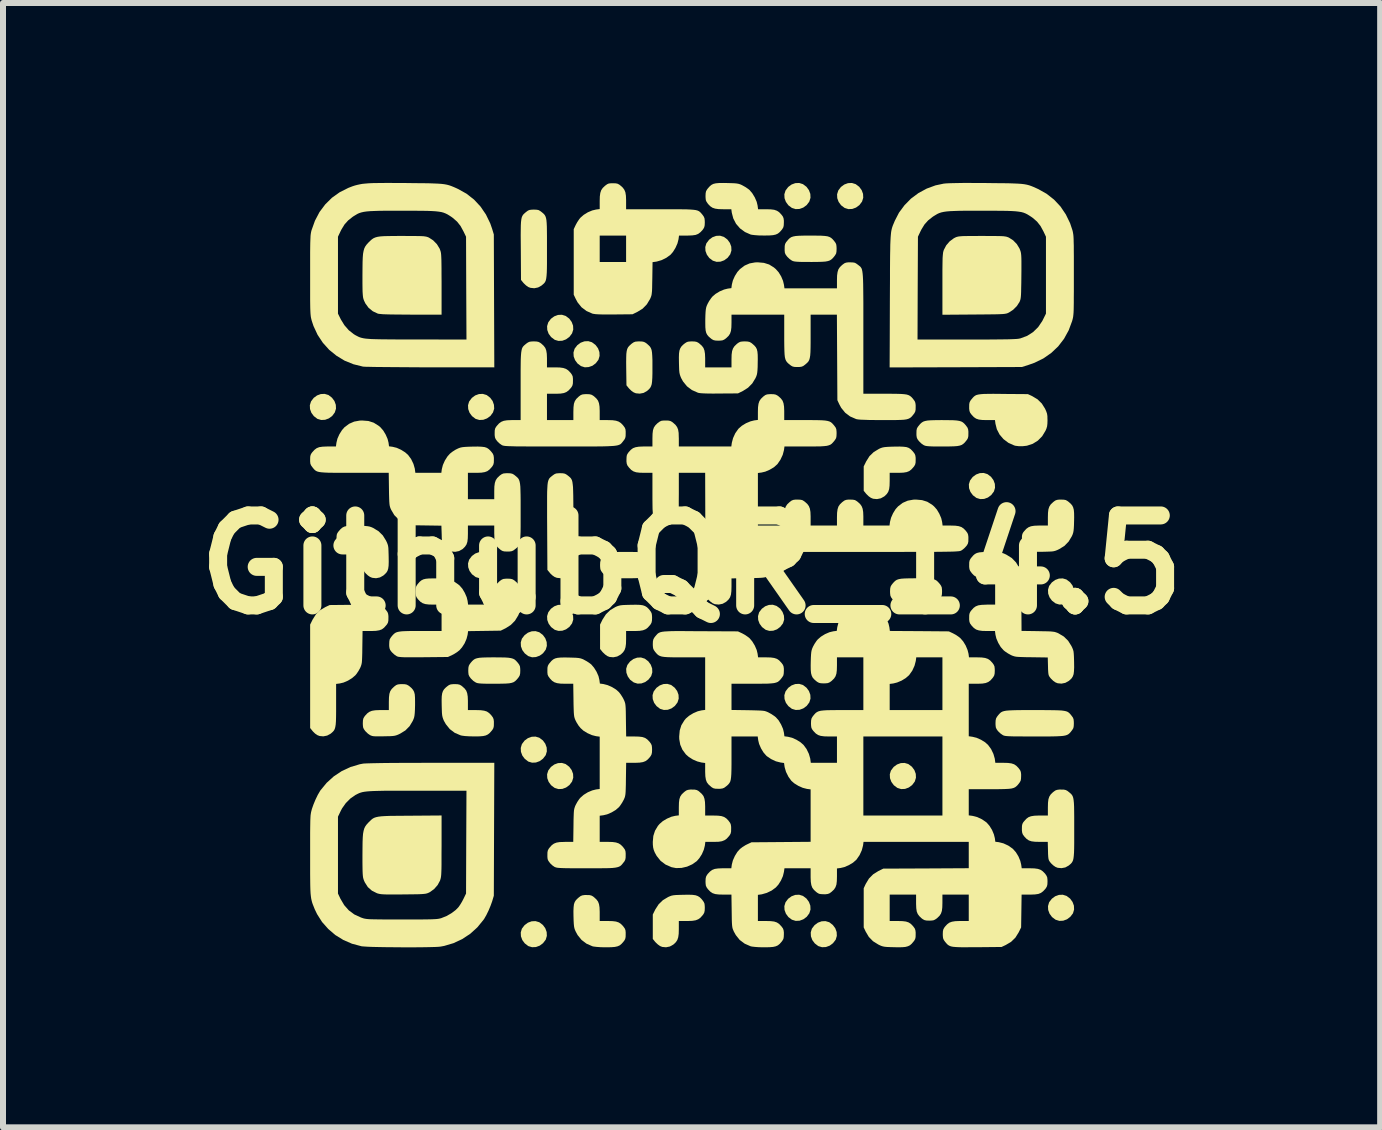
<source format=kicad_pcb>
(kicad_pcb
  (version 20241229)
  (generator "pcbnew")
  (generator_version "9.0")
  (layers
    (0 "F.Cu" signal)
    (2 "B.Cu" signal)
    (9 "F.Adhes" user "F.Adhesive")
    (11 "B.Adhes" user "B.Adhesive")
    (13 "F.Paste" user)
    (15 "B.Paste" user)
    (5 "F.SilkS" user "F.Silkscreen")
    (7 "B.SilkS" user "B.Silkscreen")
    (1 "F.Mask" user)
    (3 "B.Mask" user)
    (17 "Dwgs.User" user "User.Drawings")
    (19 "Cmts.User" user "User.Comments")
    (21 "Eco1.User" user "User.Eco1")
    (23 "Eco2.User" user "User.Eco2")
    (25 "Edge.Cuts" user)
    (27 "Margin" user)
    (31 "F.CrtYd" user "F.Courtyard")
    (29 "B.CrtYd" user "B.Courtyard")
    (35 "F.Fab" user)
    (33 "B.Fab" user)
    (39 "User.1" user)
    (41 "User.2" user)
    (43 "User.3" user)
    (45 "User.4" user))
  (footprint "GithubQR_14.5"
    (layer "F.Cu")
    (at 8.479 6.364)
    (property "Reference" "GithubQR_14.5" (at 0 0 0) (layer "F.SilkS") (effects (font (size 1.5 1.5) (thickness 0.3))))
    (attr board_only exclude_from_pos_files exclude_from_bom)
    (fp_poly (pts (xy -6.056 -2.83) (xy -6.052 -2.828) (xy -5.995 -2.784) (xy -5.954 -2.729) (xy -5.931 -2.666) (xy -5.928 -2.602) (xy -5.947 -2.541) (xy -5.949 -2.537) (xy -5.992 -2.479) (xy -6.048 -2.439) (xy -6.11 -2.416) (xy -6.175 -2.413) (xy -6.236 -2.431) (xy -6.24 -2.433) (xy -6.297 -2.477) (xy -6.338 -2.532) (xy -6.361 -2.595) (xy -6.364 -2.659) (xy -6.345 -2.72) (xy -6.343 -2.724) (xy -6.3 -2.781) (xy -6.244 -2.822) (xy -6.182 -2.845) (xy -6.117 -2.848)) (stroke (width 0) (type solid)) (fill yes) (layer "F.SilkS"))
    (fp_poly (pts (xy -3.42 -2.83) (xy -3.415 -2.828) (xy -3.358 -2.784) (xy -3.317 -2.729) (xy -3.295 -2.666) (xy -3.291 -2.602) (xy -3.31 -2.541) (xy -3.312 -2.537) (xy -3.355 -2.479) (xy -3.411 -2.439) (xy -3.473 -2.416) (xy -3.538 -2.413) (xy -3.599 -2.431) (xy -3.603 -2.433) (xy -3.66 -2.477) (xy -3.701 -2.532) (xy -3.724 -2.595) (xy -3.727 -2.659) (xy -3.709 -2.72) (xy -3.706 -2.724) (xy -3.663 -2.781) (xy -3.608 -2.822) (xy -3.545 -2.845) (xy -3.481 -2.848)) (stroke (width 0) (type solid)) (fill yes) (layer "F.SilkS"))
    (fp_poly (pts (xy -3.42 -0.193) (xy -3.415 -0.191) (xy -3.358 -0.148) (xy -3.317 -0.092) (xy -3.295 -0.03) (xy -3.291 0.035) (xy -3.31 0.096) (xy -3.312 0.1) (xy -3.355 0.157) (xy -3.411 0.198) (xy -3.473 0.221) (xy -3.538 0.224) (xy -3.599 0.206) (xy -3.603 0.203) (xy -3.66 0.16) (xy -3.701 0.105) (xy -3.724 0.042) (xy -3.727 -0.022) (xy -3.709 -0.083) (xy -3.706 -0.088) (xy -3.663 -0.145) (xy -3.608 -0.186) (xy -3.545 -0.209) (xy -3.481 -0.212)) (stroke (width 0) (type solid)) (fill yes) (layer "F.SilkS"))
    (fp_poly (pts (xy -2.541 1.125) (xy -2.537 1.127) (xy -2.479 1.171) (xy -2.439 1.226) (xy -2.416 1.289) (xy -2.413 1.353) (xy -2.431 1.414) (xy -2.433 1.418) (xy -2.477 1.476) (xy -2.532 1.516) (xy -2.595 1.539) (xy -2.659 1.543) (xy -2.72 1.524) (xy -2.724 1.522) (xy -2.781 1.478) (xy -2.822 1.423) (xy -2.845 1.36) (xy -2.848 1.296) (xy -2.83 1.235) (xy -2.828 1.231) (xy -2.784 1.174) (xy -2.729 1.133) (xy -2.666 1.11) (xy -2.602 1.107)) (stroke (width 0) (type solid)) (fill yes) (layer "F.SilkS"))
    (fp_poly (pts (xy -2.541 2.883) (xy -2.537 2.885) (xy -2.479 2.929) (xy -2.439 2.984) (xy -2.416 3.047) (xy -2.413 3.111) (xy -2.431 3.172) (xy -2.433 3.176) (xy -2.477 3.233) (xy -2.532 3.274) (xy -2.595 3.297) (xy -2.659 3.3) (xy -2.72 3.282) (xy -2.724 3.28) (xy -2.781 3.236) (xy -2.822 3.181) (xy -2.845 3.118) (xy -2.848 3.054) (xy -2.83 2.993) (xy -2.828 2.989) (xy -2.784 2.931) (xy -2.729 2.891) (xy -2.666 2.868) (xy -2.602 2.865)) (stroke (width 0) (type solid)) (fill yes) (layer "F.SilkS"))
    (fp_poly (pts (xy -2.541 5.959) (xy -2.537 5.961) (xy -2.479 6.005) (xy -2.439 6.06) (xy -2.416 6.123) (xy -2.413 6.187) (xy -2.431 6.248) (xy -2.433 6.252) (xy -2.477 6.309) (xy -2.532 6.35) (xy -2.595 6.373) (xy -2.659 6.376) (xy -2.72 6.358) (xy -2.724 6.356) (xy -2.781 6.312) (xy -2.822 6.257) (xy -2.845 6.194) (xy -2.848 6.13) (xy -2.83 6.069) (xy -2.828 6.065) (xy -2.784 6.008) (xy -2.729 5.967) (xy -2.666 5.944) (xy -2.602 5.941)) (stroke (width 0) (type solid)) (fill yes) (layer "F.SilkS"))
    (fp_poly (pts (xy -2.101 -4.148) (xy -2.097 -4.146) (xy -2.04 -4.103) (xy -1.999 -4.047) (xy -1.976 -3.985) (xy -1.973 -3.92) (xy -1.992 -3.859) (xy -1.994 -3.855) (xy -2.037 -3.798) (xy -2.093 -3.757) (xy -2.155 -3.734) (xy -2.22 -3.731) (xy -2.281 -3.749) (xy -2.285 -3.752) (xy -2.342 -3.795) (xy -2.383 -3.85) (xy -2.406 -3.913) (xy -2.409 -3.977) (xy -2.39 -4.039) (xy -2.388 -4.043) (xy -2.345 -4.1) (xy -2.289 -4.141) (xy -2.227 -4.164) (xy -2.162 -4.167)) (stroke (width 0) (type solid)) (fill yes) (layer "F.SilkS"))
    (fp_poly (pts (xy -2.101 0.686) (xy -2.097 0.688) (xy -2.04 0.731) (xy -1.999 0.787) (xy -1.976 0.849) (xy -1.973 0.914) (xy -1.992 0.975) (xy -1.994 0.979) (xy -2.037 1.036) (xy -2.093 1.077) (xy -2.155 1.1) (xy -2.22 1.103) (xy -2.281 1.085) (xy -2.285 1.082) (xy -2.342 1.039) (xy -2.383 0.983) (xy -2.406 0.921) (xy -2.409 0.857) (xy -2.39 0.795) (xy -2.388 0.791) (xy -2.345 0.734) (xy -2.289 0.693) (xy -2.227 0.67) (xy -2.162 0.667)) (stroke (width 0) (type solid)) (fill yes) (layer "F.SilkS"))
    (fp_poly (pts (xy -2.101 3.322) (xy -2.097 3.325) (xy -2.04 3.368) (xy -1.999 3.424) (xy -1.976 3.486) (xy -1.973 3.55) (xy -1.992 3.612) (xy -1.994 3.616) (xy -2.037 3.673) (xy -2.093 3.714) (xy -2.155 3.737) (xy -2.22 3.74) (xy -2.281 3.721) (xy -2.285 3.719) (xy -2.342 3.676) (xy -2.383 3.62) (xy -2.406 3.558) (xy -2.409 3.493) (xy -2.39 3.432) (xy -2.388 3.428) (xy -2.345 3.371) (xy -2.289 3.33) (xy -2.227 3.307) (xy -2.162 3.304)) (stroke (width 0) (type solid)) (fill yes) (layer "F.SilkS"))
    (fp_poly (pts (xy -1.662 -3.709) (xy -1.658 -3.706) (xy -1.601 -3.663) (xy -1.56 -3.608) (xy -1.537 -3.545) (xy -1.534 -3.481) (xy -1.552 -3.42) (xy -1.554 -3.415) (xy -1.598 -3.358) (xy -1.653 -3.317) (xy -1.716 -3.295) (xy -1.78 -3.291) (xy -1.841 -3.31) (xy -1.845 -3.312) (xy -1.902 -3.355) (xy -1.943 -3.411) (xy -1.966 -3.473) (xy -1.969 -3.538) (xy -1.951 -3.599) (xy -1.949 -3.603) (xy -1.905 -3.66) (xy -1.85 -3.701) (xy -1.787 -3.724) (xy -1.723 -3.727)) (stroke (width 0) (type solid)) (fill yes) (layer "F.SilkS"))
    (fp_poly (pts (xy -0.783 1.565) (xy -0.779 1.567) (xy -0.722 1.61) (xy -0.681 1.666) (xy -0.658 1.728) (xy -0.655 1.793) (xy -0.673 1.854) (xy -0.675 1.858) (xy -0.719 1.915) (xy -0.774 1.956) (xy -0.837 1.979) (xy -0.901 1.982) (xy -0.962 1.963) (xy -0.966 1.961) (xy -1.024 1.918) (xy -1.064 1.862) (xy -1.087 1.8) (xy -1.091 1.735) (xy -1.072 1.674) (xy -1.07 1.67) (xy -1.026 1.613) (xy -0.971 1.572) (xy -0.908 1.549) (xy -0.844 1.546)) (stroke (width 0) (type solid)) (fill yes) (layer "F.SilkS"))
    (fp_poly (pts (xy -0.343 2.004) (xy -0.339 2.006) (xy -0.282 2.05) (xy -0.241 2.105) (xy -0.218 2.168) (xy -0.215 2.232) (xy -0.234 2.293) (xy -0.236 2.297) (xy -0.279 2.354) (xy -0.335 2.395) (xy -0.397 2.418) (xy -0.462 2.421) (xy -0.523 2.403) (xy -0.527 2.401) (xy -0.584 2.357) (xy -0.625 2.302) (xy -0.648 2.239) (xy -0.651 2.175) (xy -0.633 2.114) (xy -0.63 2.11) (xy -0.587 2.053) (xy -0.531 2.012) (xy -0.469 1.989) (xy -0.405 1.986)) (stroke (width 0) (type solid)) (fill yes) (layer "F.SilkS"))
    (fp_poly (pts (xy 0.535 -5.466) (xy 0.54 -5.464) (xy 0.597 -5.421) (xy 0.638 -5.365) (xy 0.661 -5.303) (xy 0.664 -5.239) (xy 0.645 -5.177) (xy 0.643 -5.173) (xy 0.6 -5.116) (xy 0.544 -5.075) (xy 0.482 -5.052) (xy 0.417 -5.049) (xy 0.356 -5.068) (xy 0.352 -5.07) (xy 0.295 -5.113) (xy 0.254 -5.169) (xy 0.231 -5.231) (xy 0.228 -5.296) (xy 0.246 -5.357) (xy 0.249 -5.361) (xy 0.292 -5.418) (xy 0.347 -5.459) (xy 0.41 -5.482) (xy 0.474 -5.485)) (stroke (width 0) (type solid)) (fill yes) (layer "F.SilkS"))
    (fp_poly (pts (xy 1.414 0.686) (xy 1.418 0.688) (xy 1.476 0.731) (xy 1.516 0.787) (xy 1.539 0.849) (xy 1.543 0.914) (xy 1.524 0.975) (xy 1.522 0.979) (xy 1.478 1.036) (xy 1.423 1.077) (xy 1.36 1.1) (xy 1.296 1.103) (xy 1.235 1.085) (xy 1.231 1.082) (xy 1.174 1.039) (xy 1.133 0.983) (xy 1.11 0.921) (xy 1.107 0.857) (xy 1.125 0.795) (xy 1.127 0.791) (xy 1.171 0.734) (xy 1.226 0.693) (xy 1.289 0.67) (xy 1.353 0.667)) (stroke (width 0) (type solid)) (fill yes) (layer "F.SilkS"))
    (fp_poly (pts (xy 1.854 -6.345) (xy 1.858 -6.343) (xy 1.915 -6.3) (xy 1.956 -6.244) (xy 1.979 -6.182) (xy 1.982 -6.117) (xy 1.963 -6.056) (xy 1.961 -6.052) (xy 1.918 -5.995) (xy 1.862 -5.954) (xy 1.8 -5.931) (xy 1.735 -5.928) (xy 1.674 -5.947) (xy 1.67 -5.949) (xy 1.613 -5.992) (xy 1.572 -6.048) (xy 1.549 -6.11) (xy 1.546 -6.175) (xy 1.565 -6.236) (xy 1.567 -6.24) (xy 1.61 -6.297) (xy 1.666 -6.338) (xy 1.728 -6.361) (xy 1.793 -6.364)) (stroke (width 0) (type solid)) (fill yes) (layer "F.SilkS"))
    (fp_poly (pts (xy 1.854 2.004) (xy 1.858 2.006) (xy 1.915 2.05) (xy 1.956 2.105) (xy 1.979 2.168) (xy 1.982 2.232) (xy 1.963 2.293) (xy 1.961 2.297) (xy 1.918 2.354) (xy 1.862 2.395) (xy 1.8 2.418) (xy 1.735 2.421) (xy 1.674 2.403) (xy 1.67 2.401) (xy 1.613 2.357) (xy 1.572 2.302) (xy 1.549 2.239) (xy 1.546 2.175) (xy 1.565 2.114) (xy 1.567 2.11) (xy 1.61 2.053) (xy 1.666 2.012) (xy 1.728 1.989) (xy 1.793 1.986)) (stroke (width 0) (type solid)) (fill yes) (layer "F.SilkS"))
    (fp_poly (pts (xy 1.854 5.52) (xy 1.858 5.522) (xy 1.915 5.565) (xy 1.956 5.621) (xy 1.979 5.683) (xy 1.982 5.748) (xy 1.963 5.809) (xy 1.961 5.813) (xy 1.918 5.87) (xy 1.862 5.911) (xy 1.8 5.934) (xy 1.735 5.937) (xy 1.674 5.918) (xy 1.67 5.916) (xy 1.613 5.873) (xy 1.572 5.817) (xy 1.549 5.755) (xy 1.546 5.691) (xy 1.565 5.629) (xy 1.567 5.625) (xy 1.61 5.568) (xy 1.666 5.527) (xy 1.728 5.504) (xy 1.793 5.501)) (stroke (width 0) (type solid)) (fill yes) (layer "F.SilkS"))
    (fp_poly (pts (xy 2.293 5.959) (xy 2.297 5.961) (xy 2.354 6.005) (xy 2.395 6.06) (xy 2.418 6.123) (xy 2.421 6.187) (xy 2.403 6.248) (xy 2.401 6.252) (xy 2.357 6.309) (xy 2.302 6.35) (xy 2.239 6.373) (xy 2.175 6.376) (xy 2.114 6.358) (xy 2.11 6.356) (xy 2.053 6.312) (xy 2.012 6.257) (xy 1.989 6.194) (xy 1.986 6.13) (xy 2.004 6.069) (xy 2.006 6.065) (xy 2.05 6.008) (xy 2.105 5.967) (xy 2.168 5.944) (xy 2.232 5.941)) (stroke (width 0) (type solid)) (fill yes) (layer "F.SilkS"))
    (fp_poly (pts (xy 2.733 -6.345) (xy 2.737 -6.343) (xy 2.794 -6.3) (xy 2.835 -6.244) (xy 2.858 -6.182) (xy 2.861 -6.117) (xy 2.842 -6.056) (xy 2.84 -6.052) (xy 2.797 -5.995) (xy 2.741 -5.954) (xy 2.679 -5.931) (xy 2.614 -5.928) (xy 2.553 -5.947) (xy 2.549 -5.949) (xy 2.492 -5.992) (xy 2.451 -6.048) (xy 2.428 -6.11) (xy 2.425 -6.175) (xy 2.444 -6.236) (xy 2.446 -6.24) (xy 2.489 -6.297) (xy 2.545 -6.338) (xy 2.607 -6.361) (xy 2.672 -6.364)) (stroke (width 0) (type solid)) (fill yes) (layer "F.SilkS"))
    (fp_poly (pts (xy 3.612 3.322) (xy 3.616 3.325) (xy 3.673 3.368) (xy 3.714 3.424) (xy 3.737 3.486) (xy 3.74 3.55) (xy 3.721 3.612) (xy 3.719 3.616) (xy 3.676 3.673) (xy 3.62 3.714) (xy 3.558 3.737) (xy 3.493 3.74) (xy 3.432 3.721) (xy 3.428 3.719) (xy 3.371 3.676) (xy 3.33 3.62) (xy 3.307 3.558) (xy 3.304 3.493) (xy 3.322 3.432) (xy 3.325 3.428) (xy 3.368 3.371) (xy 3.424 3.33) (xy 3.486 3.307) (xy 3.55 3.304)) (stroke (width 0) (type solid)) (fill yes) (layer "F.SilkS"))
    (fp_poly (pts (xy 4.93 -1.511) (xy 4.934 -1.509) (xy 4.991 -1.466) (xy 5.032 -1.41) (xy 5.055 -1.348) (xy 5.058 -1.283) (xy 5.04 -1.222) (xy 5.037 -1.218) (xy 4.994 -1.161) (xy 4.939 -1.12) (xy 4.876 -1.097) (xy 4.812 -1.094) (xy 4.75 -1.113) (xy 4.746 -1.115) (xy 4.689 -1.158) (xy 4.648 -1.214) (xy 4.625 -1.276) (xy 4.622 -1.341) (xy 4.641 -1.402) (xy 4.643 -1.406) (xy 4.686 -1.463) (xy 4.742 -1.504) (xy 4.804 -1.527) (xy 4.869 -1.53)) (stroke (width 0) (type solid)) (fill yes) (layer "F.SilkS"))
    (fp_poly (pts (xy 6.248 0.246) (xy 6.252 0.249) (xy 6.309 0.292) (xy 6.35 0.347) (xy 6.373 0.41) (xy 6.376 0.474) (xy 6.358 0.535) (xy 6.356 0.54) (xy 6.312 0.597) (xy 6.257 0.638) (xy 6.194 0.661) (xy 6.13 0.664) (xy 6.069 0.645) (xy 6.065 0.643) (xy 6.008 0.6) (xy 5.967 0.544) (xy 5.944 0.482) (xy 5.941 0.417) (xy 5.959 0.356) (xy 5.961 0.352) (xy 6.005 0.295) (xy 6.06 0.254) (xy 6.123 0.231) (xy 6.187 0.228)) (stroke (width 0) (type solid)) (fill yes) (layer "F.SilkS"))
    (fp_poly (pts (xy 6.248 5.52) (xy 6.252 5.522) (xy 6.309 5.565) (xy 6.35 5.621) (xy 6.373 5.683) (xy 6.376 5.748) (xy 6.358 5.809) (xy 6.356 5.813) (xy 6.312 5.87) (xy 6.257 5.911) (xy 6.194 5.934) (xy 6.13 5.937) (xy 6.069 5.918) (xy 6.065 5.916) (xy 6.008 5.873) (xy 5.967 5.817) (xy 5.944 5.755) (xy 5.941 5.691) (xy 5.959 5.629) (xy 5.961 5.625) (xy 6.005 5.568) (xy 6.06 5.527) (xy 6.123 5.504) (xy 6.187 5.501)) (stroke (width 0) (type solid)) (fill yes) (layer "F.SilkS"))
    (fp_poly (pts (xy -0.825 -3.721) (xy -0.793 -3.714) (xy -0.765 -3.699) (xy -0.746 -3.685) (xy -0.718 -3.66) (xy -0.695 -3.637) (xy -0.679 -3.611) (xy -0.667 -3.579) (xy -0.66 -3.537) (xy -0.656 -3.482) (xy -0.653 -3.409) (xy -0.653 -3.317) (xy -0.653 -3.29) (xy -0.653 -3.191) (xy -0.655 -3.114) (xy -0.659 -3.055) (xy -0.665 -3.01) (xy -0.676 -2.976) (xy -0.691 -2.948) (xy -0.711 -2.925) (xy -0.738 -2.901) (xy -0.745 -2.895) (xy -0.801 -2.864) (xy -0.865 -2.852) (xy -0.929 -2.858) (xy -0.966 -2.873) (xy -1.002 -2.898) (xy -1.038 -2.933) (xy -1.048 -2.944) (xy -1.086 -2.991) (xy -1.09 -3.275) (xy -1.091 -3.376) (xy -1.09 -3.455) (xy -1.088 -3.516) (xy -1.082 -3.562) (xy -1.073 -3.597) (xy -1.059 -3.625) (xy -1.04 -3.648) (xy -1.015 -3.671) (xy -0.999 -3.685) (xy -0.969 -3.706) (xy -0.94 -3.718) (xy -0.903 -3.722) (xy -0.873 -3.723)) (stroke (width 0) (type solid)) (fill yes) (layer "F.SilkS"))
    (fp_poly (pts (xy -0.861 0.669) (xy -0.813 0.676) (xy -0.776 0.689) (xy -0.745 0.708) (xy -0.716 0.736) (xy -0.697 0.759) (xy -0.676 0.789) (xy -0.664 0.818) (xy -0.66 0.855) (xy -0.659 0.885) (xy -0.661 0.932) (xy -0.668 0.965) (xy -0.683 0.993) (xy -0.697 1.011) (xy -0.732 1.05) (xy -0.768 1.076) (xy -0.811 1.093) (xy -0.866 1.102) (xy -0.939 1.105) (xy -0.957 1.105) (xy -1.092 1.105) (xy -1.092 1.24) (xy -1.094 1.318) (xy -1.102 1.376) (xy -1.117 1.421) (xy -1.141 1.458) (xy -1.176 1.492) (xy -1.185 1.499) (xy -1.241 1.53) (xy -1.305 1.543) (xy -1.369 1.537) (xy -1.406 1.522) (xy -1.442 1.496) (xy -1.478 1.462) (xy -1.488 1.451) (xy -1.526 1.404) (xy -1.526 1.201) (xy -1.526 0.998) (xy -1.485 0.914) (xy -1.429 0.827) (xy -1.357 0.757) (xy -1.27 0.705) (xy -1.24 0.692) (xy -1.212 0.683) (xy -1.181 0.676) (xy -1.141 0.672) (xy -1.087 0.67) (xy -1.013 0.668) (xy -1.011 0.668) (xy -0.926 0.667)) (stroke (width 0) (type solid)) (fill yes) (layer "F.SilkS"))
    (fp_poly (pts (xy 0.017 5.503) (xy 0.066 5.51) (xy 0.103 5.523) (xy 0.134 5.542) (xy 0.163 5.57) (xy 0.182 5.593) (xy 0.203 5.623) (xy 0.215 5.651) (xy 0.219 5.689) (xy 0.22 5.719) (xy 0.218 5.766) (xy 0.211 5.799) (xy 0.196 5.827) (xy 0.182 5.845) (xy 0.147 5.884) (xy 0.111 5.91) (xy 0.068 5.927) (xy 0.013 5.936) (xy -0.06 5.939) (xy -0.078 5.939) (xy -0.213 5.939) (xy -0.213 6.074) (xy -0.215 6.152) (xy -0.223 6.21) (xy -0.238 6.255) (xy -0.262 6.292) (xy -0.298 6.326) (xy -0.306 6.333) (xy -0.362 6.364) (xy -0.426 6.377) (xy -0.49 6.371) (xy -0.527 6.356) (xy -0.563 6.33) (xy -0.599 6.296) (xy -0.609 6.285) (xy -0.647 6.238) (xy -0.647 6.035) (xy -0.647 5.831) (xy -0.606 5.748) (xy -0.55 5.661) (xy -0.478 5.591) (xy -0.391 5.539) (xy -0.361 5.526) (xy -0.333 5.516) (xy -0.302 5.51) (xy -0.262 5.506) (xy -0.208 5.504) (xy -0.134 5.502) (xy -0.132 5.502) (xy -0.047 5.501)) (stroke (width 0) (type solid)) (fill yes) (layer "F.SilkS"))
    (fp_poly (pts (xy 3.533 -1.967) (xy 3.582 -1.961) (xy 3.619 -1.948) (xy 3.65 -1.928) (xy 3.678 -1.9) (xy 3.697 -1.878) (xy 3.719 -1.848) (xy 3.73 -1.819) (xy 3.735 -1.782) (xy 3.735 -1.752) (xy 3.734 -1.704) (xy 3.727 -1.672) (xy 3.712 -1.644) (xy 3.697 -1.625) (xy 3.662 -1.587) (xy 3.626 -1.56) (xy 3.584 -1.544) (xy 3.529 -1.535) (xy 3.456 -1.532) (xy 3.437 -1.532) (xy 3.302 -1.532) (xy 3.302 -1.397) (xy 3.3 -1.319) (xy 3.293 -1.261) (xy 3.278 -1.216) (xy 3.254 -1.179) (xy 3.218 -1.144) (xy 3.21 -1.138) (xy 3.154 -1.107) (xy 3.09 -1.094) (xy 3.026 -1.1) (xy 2.989 -1.115) (xy 2.953 -1.14) (xy 2.917 -1.175) (xy 2.907 -1.186) (xy 2.869 -1.233) (xy 2.869 -1.436) (xy 2.869 -1.639) (xy 2.91 -1.722) (xy 2.965 -1.81) (xy 3.037 -1.879) (xy 3.125 -1.932) (xy 3.154 -1.945) (xy 3.182 -1.954) (xy 3.213 -1.96) (xy 3.253 -1.964) (xy 3.308 -1.967) (xy 3.382 -1.969) (xy 3.384 -1.969) (xy 3.469 -1.97)) (stroke (width 0) (type solid)) (fill yes) (layer "F.SilkS"))
    (fp_poly (pts (xy -3.191 1.545) (xy -3.114 1.546) (xy -3.055 1.55) (xy -3.01 1.557) (xy -2.976 1.567) (xy -2.948 1.582) (xy -2.925 1.603) (xy -2.901 1.63) (xy -2.894 1.638) (xy -2.873 1.668) (xy -2.861 1.696) (xy -2.857 1.733) (xy -2.856 1.764) (xy -2.858 1.811) (xy -2.865 1.844) (xy -2.88 1.871) (xy -2.894 1.89) (xy -2.919 1.919) (xy -2.942 1.941) (xy -2.968 1.958) (xy -3 1.969) (xy -3.042 1.977) (xy -3.097 1.981) (xy -3.17 1.983) (xy -3.263 1.984) (xy -3.29 1.984) (xy -3.381 1.984) (xy -3.45 1.983) (xy -3.502 1.981) (xy -3.54 1.978) (xy -3.567 1.974) (xy -3.587 1.968) (xy -3.603 1.96) (xy -3.639 1.936) (xy -3.675 1.901) (xy -3.685 1.89) (xy -3.706 1.86) (xy -3.718 1.832) (xy -3.722 1.795) (xy -3.723 1.764) (xy -3.721 1.717) (xy -3.714 1.685) (xy -3.699 1.657) (xy -3.685 1.638) (xy -3.66 1.609) (xy -3.637 1.587) (xy -3.611 1.57) (xy -3.579 1.559) (xy -3.537 1.551) (xy -3.482 1.547) (xy -3.409 1.545) (xy -3.317 1.544) (xy -3.29 1.544)) (stroke (width 0) (type solid)) (fill yes) (layer "F.SilkS"))
    (fp_poly (pts (xy -2.583 -5.918) (xy -2.551 -5.912) (xy -2.523 -5.896) (xy -2.504 -5.882) (xy -2.482 -5.864) (xy -2.463 -5.847) (xy -2.448 -5.829) (xy -2.436 -5.807) (xy -2.427 -5.78) (xy -2.42 -5.743) (xy -2.416 -5.696) (xy -2.413 -5.635) (xy -2.412 -5.558) (xy -2.411 -5.463) (xy -2.411 -5.346) (xy -2.411 -5.267) (xy -2.411 -5.137) (xy -2.411 -5.029) (xy -2.412 -4.942) (xy -2.414 -4.872) (xy -2.418 -4.817) (xy -2.423 -4.775) (xy -2.43 -4.742) (xy -2.44 -4.718) (xy -2.453 -4.698) (xy -2.47 -4.681) (xy -2.49 -4.664) (xy -2.503 -4.653) (xy -2.559 -4.622) (xy -2.623 -4.609) (xy -2.687 -4.616) (xy -2.724 -4.63) (xy -2.76 -4.656) (xy -2.796 -4.69) (xy -2.806 -4.701) (xy -2.844 -4.748) (xy -2.847 -5.253) (xy -2.848 -5.385) (xy -2.849 -5.494) (xy -2.848 -5.583) (xy -2.847 -5.655) (xy -2.844 -5.711) (xy -2.839 -5.754) (xy -2.832 -5.788) (xy -2.822 -5.813) (xy -2.81 -5.833) (xy -2.794 -5.85) (xy -2.775 -5.867) (xy -2.757 -5.882) (xy -2.727 -5.904) (xy -2.698 -5.915) (xy -2.661 -5.919) (xy -2.63 -5.92)) (stroke (width 0) (type solid)) (fill yes) (layer "F.SilkS"))
    (fp_poly (pts (xy -0.994 -0.213) (xy -0.917 -0.212) (xy -0.857 -0.208) (xy -0.813 -0.201) (xy -0.778 -0.191) (xy -0.751 -0.176) (xy -0.727 -0.155) (xy -0.704 -0.128) (xy -0.697 -0.12) (xy -0.676 -0.09) (xy -0.664 -0.061) (xy -0.66 -0.024) (xy -0.659 0.006) (xy -0.661 0.053) (xy -0.668 0.086) (xy -0.683 0.114) (xy -0.697 0.132) (xy -0.722 0.161) (xy -0.745 0.183) (xy -0.771 0.2) (xy -0.803 0.211) (xy -0.845 0.219) (xy -0.9 0.223) (xy -0.972 0.225) (xy -1.065 0.226) (xy -1.092 0.226) (xy -1.183 0.226) (xy -1.253 0.225) (xy -1.305 0.223) (xy -1.342 0.22) (xy -1.369 0.216) (xy -1.39 0.21) (xy -1.406 0.203) (xy -1.442 0.178) (xy -1.478 0.144) (xy -1.488 0.132) (xy -1.509 0.102) (xy -1.521 0.074) (xy -1.525 0.037) (xy -1.526 0.006) (xy -1.524 -0.041) (xy -1.517 -0.073) (xy -1.502 -0.101) (xy -1.488 -0.12) (xy -1.463 -0.149) (xy -1.44 -0.171) (xy -1.414 -0.187) (xy -1.382 -0.199) (xy -1.34 -0.206) (xy -1.284 -0.211) (xy -1.212 -0.213) (xy -1.119 -0.213) (xy -1.092 -0.213)) (stroke (width 0) (type solid)) (fill yes) (layer "F.SilkS"))
    (fp_poly (pts (xy 2.082 -5.486) (xy 2.159 -5.485) (xy 2.219 -5.481) (xy 2.264 -5.475) (xy 2.298 -5.464) (xy 2.325 -5.449) (xy 2.349 -5.428) (xy 2.373 -5.401) (xy 2.379 -5.393) (xy 2.401 -5.363) (xy 2.412 -5.335) (xy 2.416 -5.298) (xy 2.417 -5.267) (xy 2.415 -5.22) (xy 2.409 -5.188) (xy 2.393 -5.16) (xy 2.379 -5.141) (xy 2.355 -5.112) (xy 2.331 -5.09) (xy 2.305 -5.073) (xy 2.273 -5.062) (xy 2.231 -5.054) (xy 2.176 -5.05) (xy 2.104 -5.048) (xy 2.011 -5.047) (xy 1.984 -5.047) (xy 1.893 -5.048) (xy 1.823 -5.048) (xy 1.771 -5.05) (xy 1.734 -5.053) (xy 1.707 -5.057) (xy 1.686 -5.063) (xy 1.67 -5.071) (xy 1.634 -5.096) (xy 1.598 -5.13) (xy 1.589 -5.141) (xy 1.567 -5.171) (xy 1.555 -5.199) (xy 1.551 -5.237) (xy 1.551 -5.267) (xy 1.552 -5.314) (xy 1.559 -5.347) (xy 1.574 -5.375) (xy 1.589 -5.393) (xy 1.613 -5.422) (xy 1.636 -5.444) (xy 1.662 -5.461) (xy 1.695 -5.472) (xy 1.736 -5.48) (xy 1.792 -5.484) (xy 1.864 -5.486) (xy 1.957 -5.487) (xy 1.984 -5.487)) (stroke (width 0) (type solid)) (fill yes) (layer "F.SilkS"))
    (fp_poly (pts (xy 3.84 0.226) (xy 3.917 0.228) (xy 3.976 0.232) (xy 4.021 0.238) (xy 4.056 0.249) (xy 4.083 0.264) (xy 4.106 0.285) (xy 4.13 0.312) (xy 4.137 0.32) (xy 4.158 0.35) (xy 4.17 0.378) (xy 4.174 0.415) (xy 4.175 0.446) (xy 4.173 0.493) (xy 4.166 0.525) (xy 4.151 0.553) (xy 4.137 0.572) (xy 4.112 0.601) (xy 4.089 0.623) (xy 4.063 0.639) (xy 4.031 0.651) (xy 3.989 0.658) (xy 3.934 0.663) (xy 3.861 0.665) (xy 3.769 0.665) (xy 3.742 0.665) (xy 3.651 0.665) (xy 3.581 0.664) (xy 3.529 0.663) (xy 3.492 0.66) (xy 3.464 0.656) (xy 3.444 0.65) (xy 3.428 0.642) (xy 3.392 0.617) (xy 3.356 0.583) (xy 3.346 0.572) (xy 3.325 0.542) (xy 3.313 0.513) (xy 3.309 0.476) (xy 3.308 0.446) (xy 3.31 0.399) (xy 3.317 0.366) (xy 3.332 0.338) (xy 3.346 0.32) (xy 3.371 0.291) (xy 3.394 0.269) (xy 3.42 0.252) (xy 3.452 0.241) (xy 3.494 0.233) (xy 3.549 0.229) (xy 3.622 0.227) (xy 3.715 0.226) (xy 3.742 0.226)) (stroke (width 0) (type solid)) (fill yes) (layer "F.SilkS"))
    (fp_poly (pts (xy 4.28 -2.41) (xy 4.357 -2.409) (xy 4.416 -2.405) (xy 4.461 -2.398) (xy 4.495 -2.388) (xy 4.522 -2.373) (xy 4.546 -2.352) (xy 4.57 -2.325) (xy 4.576 -2.317) (xy 4.598 -2.287) (xy 4.609 -2.259) (xy 4.614 -2.222) (xy 4.614 -2.191) (xy 4.613 -2.144) (xy 4.606 -2.111) (xy 4.591 -2.084) (xy 4.576 -2.065) (xy 4.552 -2.036) (xy 4.528 -2.014) (xy 4.502 -1.997) (xy 4.47 -1.986) (xy 4.428 -1.978) (xy 4.373 -1.974) (xy 4.301 -1.972) (xy 4.208 -1.971) (xy 4.181 -1.971) (xy 4.09 -1.971) (xy 4.02 -1.972) (xy 3.969 -1.974) (xy 3.931 -1.977) (xy 3.904 -1.981) (xy 3.884 -1.987) (xy 3.867 -1.995) (xy 3.832 -2.019) (xy 3.796 -2.054) (xy 3.786 -2.065) (xy 3.764 -2.095) (xy 3.753 -2.123) (xy 3.748 -2.16) (xy 3.748 -2.191) (xy 3.749 -2.238) (xy 3.756 -2.271) (xy 3.771 -2.298) (xy 3.786 -2.317) (xy 3.81 -2.346) (xy 3.834 -2.368) (xy 3.86 -2.385) (xy 3.892 -2.396) (xy 3.934 -2.404) (xy 3.989 -2.408) (xy 4.061 -2.41) (xy 4.154 -2.411) (xy 4.181 -2.411)) (stroke (width 0) (type solid)) (fill yes) (layer "F.SilkS"))
    (fp_poly (pts (xy 5.136 -2.848) (xy 5.198 -2.847) (xy 5.606 -2.844) (xy 5.677 -2.811) (xy 5.767 -2.757) (xy 5.838 -2.687) (xy 5.892 -2.601) (xy 5.912 -2.556) (xy 5.925 -2.518) (xy 5.931 -2.478) (xy 5.932 -2.426) (xy 5.933 -2.411) (xy 5.931 -2.351) (xy 5.926 -2.307) (xy 5.914 -2.267) (xy 5.899 -2.233) (xy 5.844 -2.142) (xy 5.772 -2.069) (xy 5.687 -2.016) (xy 5.59 -1.984) (xy 5.521 -1.976) (xy 5.455 -1.976) (xy 5.398 -1.983) (xy 5.377 -1.989) (xy 5.281 -2.032) (xy 5.199 -2.094) (xy 5.134 -2.17) (xy 5.088 -2.259) (xy 5.065 -2.351) (xy 5.057 -2.411) (xy 4.923 -2.411) (xy 4.846 -2.413) (xy 4.788 -2.42) (xy 4.743 -2.435) (xy 4.706 -2.46) (xy 4.671 -2.497) (xy 4.665 -2.504) (xy 4.643 -2.534) (xy 4.632 -2.563) (xy 4.627 -2.6) (xy 4.627 -2.63) (xy 4.628 -2.678) (xy 4.635 -2.71) (xy 4.65 -2.738) (xy 4.665 -2.757) (xy 4.685 -2.781) (xy 4.704 -2.801) (xy 4.724 -2.817) (xy 4.748 -2.829) (xy 4.779 -2.837) (xy 4.82 -2.843) (xy 4.873 -2.847) (xy 4.942 -2.848) (xy 5.028 -2.849)) (stroke (width 0) (type solid)) (fill yes) (layer "F.SilkS"))
    (fp_poly (pts (xy -3.902 1.992) (xy -3.869 1.999) (xy -3.841 2.014) (xy -3.823 2.028) (xy -3.784 2.063) (xy -3.757 2.099) (xy -3.741 2.142) (xy -3.732 2.197) (xy -3.729 2.27) (xy -3.729 2.288) (xy -3.729 2.423) (xy -3.594 2.423) (xy -3.516 2.425) (xy -3.458 2.433) (xy -3.413 2.447) (xy -3.376 2.472) (xy -3.341 2.507) (xy -3.334 2.517) (xy -3.312 2.547) (xy -3.301 2.575) (xy -3.296 2.612) (xy -3.296 2.643) (xy -3.297 2.69) (xy -3.304 2.723) (xy -3.319 2.75) (xy -3.334 2.769) (xy -3.365 2.804) (xy -3.396 2.829) (xy -3.431 2.846) (xy -3.476 2.856) (xy -3.536 2.861) (xy -3.615 2.862) (xy -3.628 2.862) (xy -3.709 2.86) (xy -3.777 2.856) (xy -3.829 2.849) (xy -3.851 2.844) (xy -3.949 2.802) (xy -4.031 2.74) (xy -4.097 2.658) (xy -4.13 2.6) (xy -4.142 2.57) (xy -4.151 2.543) (xy -4.158 2.511) (xy -4.162 2.471) (xy -4.164 2.416) (xy -4.166 2.342) (xy -4.167 2.257) (xy -4.165 2.192) (xy -4.158 2.144) (xy -4.145 2.106) (xy -4.126 2.076) (xy -4.098 2.047) (xy -4.075 2.028) (xy -4.045 2.006) (xy -4.016 1.995) (xy -3.979 1.991) (xy -3.949 1.99)) (stroke (width 0) (type solid)) (fill yes) (layer "F.SilkS"))
    (fp_poly (pts (xy -1.704 5.507) (xy -1.672 5.514) (xy -1.644 5.529) (xy -1.625 5.544) (xy -1.587 5.579) (xy -1.56 5.615) (xy -1.544 5.657) (xy -1.535 5.712) (xy -1.532 5.785) (xy -1.532 5.804) (xy -1.532 5.939) (xy -1.397 5.939) (xy -1.319 5.941) (xy -1.261 5.948) (xy -1.216 5.963) (xy -1.179 5.987) (xy -1.144 6.023) (xy -1.137 6.032) (xy -1.115 6.062) (xy -1.103 6.091) (xy -1.099 6.128) (xy -1.099 6.159) (xy -1.1 6.206) (xy -1.107 6.238) (xy -1.122 6.266) (xy -1.137 6.285) (xy -1.168 6.32) (xy -1.198 6.345) (xy -1.234 6.361) (xy -1.279 6.371) (xy -1.339 6.376) (xy -1.418 6.377) (xy -1.431 6.377) (xy -1.511 6.376) (xy -1.58 6.371) (xy -1.632 6.365) (xy -1.654 6.36) (xy -1.752 6.317) (xy -1.834 6.255) (xy -1.9 6.174) (xy -1.932 6.115) (xy -1.945 6.086) (xy -1.954 6.058) (xy -1.96 6.027) (xy -1.964 5.986) (xy -1.967 5.931) (xy -1.969 5.857) (xy -1.97 5.772) (xy -1.967 5.708) (xy -1.961 5.659) (xy -1.948 5.622) (xy -1.928 5.591) (xy -1.9 5.563) (xy -1.878 5.544) (xy -1.848 5.522) (xy -1.819 5.511) (xy -1.782 5.506) (xy -1.752 5.506)) (stroke (width 0) (type solid)) (fill yes) (layer "F.SilkS"))
    (fp_poly (pts (xy -5.568 -0.65) (xy -5.494 -0.649) (xy -5.439 -0.646) (xy -5.399 -0.642) (xy -5.367 -0.636) (xy -5.34 -0.627) (xy -5.31 -0.614) (xy -5.31 -0.614) (xy -5.219 -0.559) (xy -5.148 -0.489) (xy -5.095 -0.404) (xy -5.079 -0.371) (xy -5.068 -0.343) (xy -5.06 -0.315) (xy -5.055 -0.28) (xy -5.053 -0.235) (xy -5.051 -0.172) (xy -5.05 -0.132) (xy -5.049 -0.047) (xy -5.051 0.017) (xy -5.058 0.066) (xy -5.07 0.103) (xy -5.09 0.134) (xy -5.118 0.162) (xy -5.14 0.181) (xy -5.196 0.212) (xy -5.26 0.225) (xy -5.324 0.218) (xy -5.361 0.203) (xy -5.397 0.178) (xy -5.433 0.144) (xy -5.443 0.133) (xy -5.459 0.111) (xy -5.47 0.092) (xy -5.477 0.068) (xy -5.481 0.035) (xy -5.483 -0.013) (xy -5.485 -0.064) (xy -5.489 -0.213) (xy -5.623 -0.213) (xy -5.7 -0.215) (xy -5.759 -0.223) (xy -5.803 -0.238) (xy -5.84 -0.263) (xy -5.875 -0.299) (xy -5.882 -0.307) (xy -5.904 -0.337) (xy -5.915 -0.366) (xy -5.919 -0.403) (xy -5.92 -0.433) (xy -5.918 -0.48) (xy -5.912 -0.513) (xy -5.896 -0.541) (xy -5.882 -0.559) (xy -5.852 -0.593) (xy -5.823 -0.618) (xy -5.791 -0.635) (xy -5.75 -0.645) (xy -5.696 -0.65) (xy -5.625 -0.651)) (stroke (width 0) (type solid)) (fill yes) (layer "F.SilkS"))
    (fp_poly (pts (xy -2.144 -1.524) (xy -2.111 -1.517) (xy -2.084 -1.502) (xy -2.065 -1.488) (xy -2.045 -1.472) (xy -2.029 -1.458) (xy -2.015 -1.444) (xy -2.004 -1.427) (xy -1.994 -1.406) (xy -1.987 -1.378) (xy -1.982 -1.342) (xy -1.977 -1.295) (xy -1.975 -1.236) (xy -1.973 -1.161) (xy -1.972 -1.07) (xy -1.971 -0.961) (xy -1.971 -0.83) (xy -1.971 -0.677) (xy -1.971 -0.653) (xy -1.971 -0.496) (xy -1.971 -0.363) (xy -1.972 -0.25) (xy -1.973 -0.157) (xy -1.974 -0.08) (xy -1.977 -0.019) (xy -1.981 0.03) (xy -1.986 0.068) (xy -1.993 0.097) (xy -2.002 0.119) (xy -2.013 0.136) (xy -2.026 0.15) (xy -2.042 0.164) (xy -2.061 0.179) (xy -2.063 0.181) (xy -2.12 0.212) (xy -2.184 0.225) (xy -2.247 0.218) (xy -2.285 0.203) (xy -2.321 0.178) (xy -2.357 0.144) (xy -2.366 0.132) (xy -2.404 0.086) (xy -2.408 -0.638) (xy -2.409 -0.797) (xy -2.409 -0.932) (xy -2.409 -1.046) (xy -2.409 -1.141) (xy -2.408 -1.219) (xy -2.405 -1.281) (xy -2.402 -1.331) (xy -2.397 -1.37) (xy -2.39 -1.399) (xy -2.381 -1.422) (xy -2.371 -1.44) (xy -2.358 -1.454) (xy -2.342 -1.468) (xy -2.324 -1.482) (xy -2.317 -1.488) (xy -2.287 -1.509) (xy -2.259 -1.521) (xy -2.222 -1.525) (xy -2.191 -1.526)) (stroke (width 0) (type solid)) (fill yes) (layer "F.SilkS"))
    (fp_poly (pts (xy -4.78 1.992) (xy -4.748 1.999) (xy -4.72 2.014) (xy -4.701 2.028) (xy -4.667 2.058) (xy -4.643 2.087) (xy -4.626 2.119) (xy -4.615 2.16) (xy -4.611 2.214) (xy -4.61 2.285) (xy -4.61 2.342) (xy -4.612 2.416) (xy -4.615 2.471) (xy -4.619 2.511) (xy -4.625 2.543) (xy -4.634 2.57) (xy -4.647 2.6) (xy -4.647 2.601) (xy -4.701 2.691) (xy -4.771 2.762) (xy -4.857 2.815) (xy -4.89 2.831) (xy -4.918 2.842) (xy -4.946 2.85) (xy -4.98 2.855) (xy -5.026 2.858) (xy -5.088 2.859) (xy -5.129 2.86) (xy -5.203 2.861) (xy -5.258 2.861) (xy -5.297 2.859) (xy -5.324 2.855) (xy -5.346 2.847) (xy -5.361 2.84) (xy -5.397 2.815) (xy -5.433 2.78) (xy -5.443 2.769) (xy -5.464 2.739) (xy -5.476 2.711) (xy -5.48 2.674) (xy -5.481 2.643) (xy -5.479 2.596) (xy -5.472 2.563) (xy -5.457 2.536) (xy -5.443 2.517) (xy -5.407 2.478) (xy -5.371 2.452) (xy -5.329 2.435) (xy -5.274 2.426) (xy -5.201 2.423) (xy -5.183 2.423) (xy -5.047 2.423) (xy -5.047 2.288) (xy -5.045 2.211) (xy -5.038 2.152) (xy -5.023 2.107) (xy -4.999 2.071) (xy -4.963 2.036) (xy -4.954 2.028) (xy -4.924 2.006) (xy -4.895 1.995) (xy -4.858 1.991) (xy -4.828 1.99)) (stroke (width 0) (type solid)) (fill yes) (layer "F.SilkS"))
    (fp_poly (pts (xy 6.206 -1.084) (xy 6.238 -1.078) (xy 6.266 -1.062) (xy 6.285 -1.048) (xy 6.319 -1.018) (xy 6.344 -0.989) (xy 6.36 -0.957) (xy 6.371 -0.916) (xy 6.376 -0.862) (xy 6.377 -0.791) (xy 6.376 -0.735) (xy 6.374 -0.66) (xy 6.371 -0.605) (xy 6.367 -0.565) (xy 6.361 -0.534) (xy 6.352 -0.506) (xy 6.339 -0.476) (xy 6.339 -0.476) (xy 6.285 -0.386) (xy 6.215 -0.314) (xy 6.129 -0.261) (xy 6.096 -0.245) (xy 6.068 -0.234) (xy 6.04 -0.226) (xy 6.006 -0.221) (xy 5.96 -0.219) (xy 5.898 -0.217) (xy 5.858 -0.216) (xy 5.783 -0.215) (xy 5.728 -0.215) (xy 5.69 -0.217) (xy 5.662 -0.222) (xy 5.64 -0.229) (xy 5.625 -0.236) (xy 5.589 -0.261) (xy 5.553 -0.296) (xy 5.544 -0.307) (xy 5.522 -0.337) (xy 5.511 -0.366) (xy 5.506 -0.403) (xy 5.506 -0.433) (xy 5.507 -0.48) (xy 5.514 -0.513) (xy 5.529 -0.541) (xy 5.544 -0.559) (xy 5.579 -0.598) (xy 5.615 -0.624) (xy 5.657 -0.641) (xy 5.712 -0.65) (xy 5.785 -0.653) (xy 5.804 -0.653) (xy 5.939 -0.653) (xy 5.939 -0.788) (xy 5.941 -0.866) (xy 5.948 -0.924) (xy 5.963 -0.969) (xy 5.987 -1.006) (xy 6.023 -1.04) (xy 6.032 -1.048) (xy 6.062 -1.07) (xy 6.091 -1.081) (xy 6.128 -1.086) (xy 6.159 -1.086)) (stroke (width 0) (type solid)) (fill yes) (layer "F.SilkS"))
    (fp_poly (pts (xy 5.719 2.423) (xy 5.849 2.423) (xy 5.957 2.424) (xy 6.044 2.425) (xy 6.114 2.427) (xy 6.169 2.43) (xy 6.212 2.436) (xy 6.244 2.443) (xy 6.269 2.453) (xy 6.288 2.466) (xy 6.306 2.483) (xy 6.323 2.503) (xy 6.334 2.517) (xy 6.356 2.547) (xy 6.367 2.575) (xy 6.371 2.612) (xy 6.372 2.643) (xy 6.37 2.69) (xy 6.364 2.723) (xy 6.348 2.75) (xy 6.334 2.769) (xy 6.316 2.792) (xy 6.299 2.81) (xy 6.281 2.825) (xy 6.259 2.837) (xy 6.232 2.846) (xy 6.195 2.853) (xy 6.148 2.857) (xy 6.087 2.86) (xy 6.01 2.862) (xy 5.915 2.863) (xy 5.798 2.863) (xy 5.719 2.863) (xy 5.594 2.863) (xy 5.492 2.862) (xy 5.41 2.862) (xy 5.346 2.861) (xy 5.296 2.859) (xy 5.259 2.857) (xy 5.232 2.854) (xy 5.212 2.85) (xy 5.197 2.845) (xy 5.186 2.839) (xy 5.15 2.814) (xy 5.114 2.78) (xy 5.104 2.769) (xy 5.083 2.739) (xy 5.071 2.711) (xy 5.067 2.674) (xy 5.066 2.643) (xy 5.068 2.596) (xy 5.075 2.563) (xy 5.09 2.536) (xy 5.104 2.517) (xy 5.123 2.494) (xy 5.14 2.476) (xy 5.157 2.461) (xy 5.179 2.449) (xy 5.207 2.44) (xy 5.243 2.433) (xy 5.29 2.429) (xy 5.351 2.426) (xy 5.428 2.424) (xy 5.523 2.423) (xy 5.64 2.423)) (stroke (width 0) (type solid)) (fill yes) (layer "F.SilkS"))
    (fp_poly (pts (xy -4.718 -5.48) (xy -4.631 -5.48) (xy -4.562 -5.479) (xy -4.51 -5.478) (xy -4.47 -5.476) (xy -4.441 -5.472) (xy -4.419 -5.468) (xy -4.4 -5.462) (xy -4.383 -5.455) (xy -4.38 -5.454) (xy -4.309 -5.408) (xy -4.247 -5.345) (xy -4.202 -5.272) (xy -4.194 -5.253) (xy -4.188 -5.235) (xy -4.182 -5.216) (xy -4.178 -5.194) (xy -4.175 -5.165) (xy -4.173 -5.129) (xy -4.171 -5.081) (xy -4.17 -5.019) (xy -4.169 -4.941) (xy -4.169 -4.845) (xy -4.168 -4.726) (xy -4.168 -4.676) (xy -4.168 -4.168) (xy -4.674 -4.169) (xy -4.811 -4.17) (xy -4.924 -4.171) (xy -5.017 -4.172) (xy -5.091 -4.174) (xy -5.148 -4.176) (xy -5.189 -4.18) (xy -5.218 -4.183) (xy -5.233 -4.187) (xy -5.314 -4.225) (xy -5.385 -4.283) (xy -5.439 -4.357) (xy -5.461 -4.404) (xy -5.469 -4.426) (xy -5.475 -4.448) (xy -5.479 -4.474) (xy -5.482 -4.508) (xy -5.485 -4.553) (xy -5.486 -4.612) (xy -5.487 -4.689) (xy -5.487 -4.785) (xy -5.487 -4.828) (xy -5.486 -4.946) (xy -5.485 -5.043) (xy -5.482 -5.121) (xy -5.477 -5.183) (xy -5.468 -5.232) (xy -5.457 -5.271) (xy -5.441 -5.304) (xy -5.421 -5.333) (xy -5.395 -5.362) (xy -5.383 -5.375) (xy -5.354 -5.403) (xy -5.329 -5.425) (xy -5.302 -5.443) (xy -5.272 -5.456) (xy -5.236 -5.466) (xy -5.19 -5.473) (xy -5.131 -5.477) (xy -5.057 -5.479) (xy -4.964 -5.48) (xy -4.85 -5.481) (xy -4.828 -5.481)) (stroke (width 0) (type solid)) (fill yes) (layer "F.SilkS"))
    (fp_poly (pts (xy 0.584 -6.363) (xy 0.658 -6.361) (xy 0.713 -6.359) (xy 0.753 -6.355) (xy 0.785 -6.349) (xy 0.813 -6.34) (xy 0.842 -6.327) (xy 0.843 -6.326) (xy 0.892 -6.299) (xy 0.941 -6.266) (xy 0.965 -6.247) (xy 1.011 -6.193) (xy 1.053 -6.124) (xy 1.085 -6.05) (xy 1.1 -5.987) (xy 1.108 -5.926) (xy 1.242 -5.926) (xy 1.319 -5.924) (xy 1.377 -5.917) (xy 1.422 -5.901) (xy 1.459 -5.877) (xy 1.494 -5.84) (xy 1.5 -5.833) (xy 1.522 -5.803) (xy 1.533 -5.774) (xy 1.538 -5.737) (xy 1.538 -5.707) (xy 1.536 -5.659) (xy 1.53 -5.627) (xy 1.514 -5.599) (xy 1.5 -5.58) (xy 1.469 -5.545) (xy 1.438 -5.52) (xy 1.403 -5.504) (xy 1.358 -5.494) (xy 1.298 -5.489) (xy 1.219 -5.488) (xy 1.206 -5.488) (xy 1.125 -5.489) (xy 1.057 -5.494) (xy 1.005 -5.5) (xy 0.983 -5.505) (xy 0.888 -5.547) (xy 0.807 -5.607) (xy 0.741 -5.683) (xy 0.695 -5.772) (xy 0.67 -5.867) (xy 0.662 -5.926) (xy 0.529 -5.926) (xy 0.451 -5.928) (xy 0.393 -5.936) (xy 0.348 -5.951) (xy 0.311 -5.976) (xy 0.276 -6.012) (xy 0.27 -6.02) (xy 0.249 -6.05) (xy 0.237 -6.078) (xy 0.233 -6.115) (xy 0.232 -6.146) (xy 0.234 -6.193) (xy 0.241 -6.226) (xy 0.256 -6.253) (xy 0.27 -6.272) (xy 0.3 -6.306) (xy 0.329 -6.331) (xy 0.361 -6.348) (xy 0.402 -6.358) (xy 0.456 -6.363) (xy 0.528 -6.364)) (stroke (width 0) (type solid)) (fill yes) (layer "F.SilkS"))
    (fp_poly (pts (xy -5.332 0.668) (xy -5.271 0.67) (xy -5.225 0.675) (xy -5.189 0.682) (xy -5.162 0.692) (xy -5.14 0.706) (xy -5.121 0.724) (xy -5.102 0.746) (xy -5.092 0.759) (xy -5.07 0.789) (xy -5.059 0.818) (xy -5.054 0.855) (xy -5.054 0.885) (xy -5.055 0.932) (xy -5.062 0.965) (xy -5.077 0.993) (xy -5.092 1.011) (xy -5.127 1.05) (xy -5.163 1.077) (xy -5.206 1.093) (xy -5.261 1.102) (xy -5.335 1.105) (xy -5.351 1.105) (xy -5.485 1.105) (xy -5.489 1.378) (xy -5.49 1.468) (xy -5.492 1.537) (xy -5.494 1.588) (xy -5.497 1.627) (xy -5.502 1.656) (xy -5.509 1.68) (xy -5.517 1.702) (xy -5.526 1.722) (xy -5.553 1.771) (xy -5.586 1.82) (xy -5.606 1.844) (xy -5.66 1.89) (xy -5.728 1.932) (xy -5.802 1.964) (xy -5.865 1.979) (xy -5.926 1.987) (xy -5.926 2.34) (xy -5.926 2.452) (xy -5.927 2.541) (xy -5.929 2.611) (xy -5.933 2.665) (xy -5.94 2.707) (xy -5.949 2.738) (xy -5.962 2.763) (xy -5.98 2.784) (xy -6.002 2.804) (xy -6.018 2.817) (xy -6.075 2.848) (xy -6.139 2.861) (xy -6.202 2.855) (xy -6.24 2.84) (xy -6.276 2.815) (xy -6.312 2.78) (xy -6.321 2.769) (xy -6.359 2.722) (xy -6.359 1.86) (xy -6.359 0.998) (xy -6.318 0.915) (xy -6.263 0.827) (xy -6.191 0.757) (xy -6.104 0.705) (xy -6.033 0.672) (xy -5.625 0.668) (xy -5.506 0.667) (xy -5.409 0.667)) (stroke (width 0) (type solid)) (fill yes) (layer "F.SilkS"))
    (fp_poly (pts (xy -4.168 4.689) (xy -4.169 4.816) (xy -4.169 4.92) (xy -4.169 5.005) (xy -4.17 5.072) (xy -4.172 5.125) (xy -4.174 5.165) (xy -4.177 5.196) (xy -4.181 5.221) (xy -4.186 5.24) (xy -4.192 5.259) (xy -4.194 5.266) (xy -4.234 5.34) (xy -4.292 5.406) (xy -4.362 5.457) (xy -4.38 5.466) (xy -4.398 5.474) (xy -4.417 5.48) (xy -4.44 5.485) (xy -4.469 5.488) (xy -4.509 5.491) (xy -4.562 5.493) (xy -4.632 5.494) (xy -4.721 5.495) (xy -4.809 5.496) (xy -4.917 5.497) (xy -5.004 5.497) (xy -5.072 5.497) (xy -5.124 5.495) (xy -5.163 5.493) (xy -5.194 5.489) (xy -5.218 5.484) (xy -5.239 5.478) (xy -5.243 5.477) (xy -5.329 5.434) (xy -5.397 5.374) (xy -5.448 5.294) (xy -5.463 5.26) (xy -5.47 5.239) (xy -5.476 5.217) (xy -5.48 5.188) (xy -5.483 5.151) (xy -5.485 5.103) (xy -5.486 5.039) (xy -5.487 4.957) (xy -5.487 4.853) (xy -5.487 4.841) (xy -5.486 4.722) (xy -5.485 4.625) (xy -5.482 4.547) (xy -5.477 4.485) (xy -5.468 4.436) (xy -5.457 4.397) (xy -5.441 4.364) (xy -5.421 4.335) (xy -5.395 4.306) (xy -5.383 4.293) (xy -5.358 4.269) (xy -5.336 4.248) (xy -5.314 4.231) (xy -5.289 4.218) (xy -5.259 4.208) (xy -5.221 4.2) (xy -5.173 4.194) (xy -5.113 4.19) (xy -5.037 4.187) (xy -4.944 4.186) (xy -4.831 4.185) (xy -4.695 4.184) (xy -4.693 4.184) (xy -4.168 4.18)) (stroke (width 0) (type solid)) (fill yes) (layer "F.SilkS"))
    (fp_poly (pts (xy 0.053 3.749) (xy 0.086 3.756) (xy 0.114 3.771) (xy 0.132 3.786) (xy 0.171 3.821) (xy 0.198 3.857) (xy 0.214 3.9) (xy 0.223 3.955) (xy 0.226 4.028) (xy 0.226 4.046) (xy 0.226 4.181) (xy 0.361 4.181) (xy 0.439 4.183) (xy 0.497 4.19) (xy 0.542 4.205) (xy 0.579 4.229) (xy 0.614 4.265) (xy 0.621 4.275) (xy 0.643 4.305) (xy 0.654 4.333) (xy 0.659 4.37) (xy 0.659 4.401) (xy 0.658 4.448) (xy 0.651 4.48) (xy 0.636 4.508) (xy 0.621 4.527) (xy 0.586 4.566) (xy 0.549 4.592) (xy 0.506 4.609) (xy 0.451 4.618) (xy 0.377 4.62) (xy 0.363 4.62) (xy 0.229 4.62) (xy 0.221 4.682) (xy 0.203 4.752) (xy 0.171 4.826) (xy 0.128 4.893) (xy 0.086 4.941) (xy 0.011 4.994) (xy -0.076 5.033) (xy -0.167 5.054) (xy -0.258 5.057) (xy -0.335 5.042) (xy -0.435 4.998) (xy -0.517 4.936) (xy -0.582 4.855) (xy -0.614 4.797) (xy -0.631 4.755) (xy -0.641 4.715) (xy -0.646 4.668) (xy -0.647 4.62) (xy -0.638 4.521) (xy -0.61 4.434) (xy -0.562 4.354) (xy -0.534 4.321) (xy -0.48 4.274) (xy -0.411 4.233) (xy -0.337 4.201) (xy -0.275 4.186) (xy -0.213 4.178) (xy -0.213 4.044) (xy -0.211 3.967) (xy -0.204 3.909) (xy -0.189 3.864) (xy -0.164 3.827) (xy -0.127 3.792) (xy -0.12 3.786) (xy -0.09 3.764) (xy -0.061 3.753) (xy -0.024 3.748) (xy 0.006 3.748)) (stroke (width 0) (type solid)) (fill yes) (layer "F.SilkS"))
    (fp_poly (pts (xy 0.932 -3.721) (xy 0.965 -3.714) (xy 0.993 -3.699) (xy 1.011 -3.685) (xy 1.045 -3.655) (xy 1.07 -3.626) (xy 1.087 -3.594) (xy 1.097 -3.553) (xy 1.102 -3.499) (xy 1.103 -3.427) (xy 1.102 -3.371) (xy 1.101 -3.297) (xy 1.098 -3.242) (xy 1.094 -3.202) (xy 1.088 -3.17) (xy 1.079 -3.142) (xy 1.066 -3.113) (xy 1.066 -3.112) (xy 1.011 -3.022) (xy 0.941 -2.951) (xy 0.856 -2.897) (xy 0.773 -2.856) (xy 0.465 -2.854) (xy 0.357 -2.853) (xy 0.272 -2.854) (xy 0.206 -2.856) (xy 0.157 -2.859) (xy 0.123 -2.863) (xy 0.104 -2.868) (xy 0.005 -2.912) (xy -0.077 -2.974) (xy -0.143 -3.055) (xy -0.175 -3.113) (xy -0.187 -3.143) (xy -0.196 -3.17) (xy -0.203 -3.202) (xy -0.207 -3.242) (xy -0.209 -3.297) (xy -0.211 -3.371) (xy -0.212 -3.456) (xy -0.21 -3.52) (xy -0.203 -3.569) (xy -0.19 -3.606) (xy -0.171 -3.637) (xy -0.143 -3.666) (xy -0.12 -3.685) (xy -0.09 -3.706) (xy -0.061 -3.718) (xy -0.024 -3.722) (xy 0.006 -3.723) (xy 0.053 -3.721) (xy 0.086 -3.714) (xy 0.114 -3.699) (xy 0.132 -3.685) (xy 0.171 -3.65) (xy 0.198 -3.614) (xy 0.214 -3.571) (xy 0.223 -3.516) (xy 0.226 -3.443) (xy 0.226 -3.425) (xy 0.226 -3.29) (xy 0.446 -3.29) (xy 0.665 -3.29) (xy 0.665 -3.425) (xy 0.667 -3.502) (xy 0.675 -3.561) (xy 0.69 -3.605) (xy 0.714 -3.642) (xy 0.75 -3.677) (xy 0.759 -3.685) (xy 0.789 -3.706) (xy 0.818 -3.718) (xy 0.855 -3.722) (xy 0.885 -3.723)) (stroke (width 0) (type solid)) (fill yes) (layer "F.SilkS"))
    (fp_poly (pts (xy 4.95 -5.48) (xy 5.037 -5.48) (xy 5.106 -5.479) (xy 5.158 -5.478) (xy 5.197 -5.476) (xy 5.227 -5.472) (xy 5.249 -5.468) (xy 5.267 -5.462) (xy 5.285 -5.455) (xy 5.288 -5.454) (xy 5.36 -5.408) (xy 5.422 -5.344) (xy 5.467 -5.269) (xy 5.474 -5.251) (xy 5.482 -5.23) (xy 5.488 -5.208) (xy 5.492 -5.184) (xy 5.495 -5.153) (xy 5.497 -5.113) (xy 5.498 -5.06) (xy 5.498 -4.99) (xy 5.498 -4.902) (xy 5.497 -4.81) (xy 5.496 -4.702) (xy 5.494 -4.617) (xy 5.493 -4.551) (xy 5.491 -4.501) (xy 5.488 -4.463) (xy 5.484 -4.435) (xy 5.479 -4.413) (xy 5.472 -4.395) (xy 5.467 -4.382) (xy 5.422 -4.312) (xy 5.36 -4.25) (xy 5.288 -4.203) (xy 5.287 -4.203) (xy 5.272 -4.196) (xy 5.258 -4.19) (xy 5.24 -4.186) (xy 5.217 -4.182) (xy 5.187 -4.179) (xy 5.147 -4.177) (xy 5.094 -4.175) (xy 5.025 -4.174) (xy 4.94 -4.173) (xy 4.834 -4.172) (xy 4.705 -4.171) (xy 4.181 -4.167) (xy 4.181 -4.676) (xy 4.181 -4.803) (xy 4.181 -4.908) (xy 4.182 -4.992) (xy 4.183 -5.06) (xy 4.184 -5.112) (xy 4.187 -5.153) (xy 4.19 -5.184) (xy 4.193 -5.208) (xy 4.198 -5.228) (xy 4.204 -5.246) (xy 4.207 -5.253) (xy 4.245 -5.325) (xy 4.302 -5.391) (xy 4.371 -5.442) (xy 4.394 -5.454) (xy 4.412 -5.462) (xy 4.429 -5.467) (xy 4.451 -5.472) (xy 4.48 -5.475) (xy 4.518 -5.478) (xy 4.569 -5.479) (xy 4.636 -5.48) (xy 4.722 -5.48) (xy 4.83 -5.481) (xy 4.84 -5.481)) (stroke (width 0) (type solid)) (fill yes) (layer "F.SilkS"))
    (fp_poly (pts (xy 6.206 3.749) (xy 6.238 3.756) (xy 6.266 3.771) (xy 6.285 3.786) (xy 6.307 3.804) (xy 6.326 3.821) (xy 6.341 3.839) (xy 6.353 3.861) (xy 6.362 3.888) (xy 6.368 3.924) (xy 6.373 3.972) (xy 6.376 4.033) (xy 6.377 4.109) (xy 6.378 4.205) (xy 6.378 4.322) (xy 6.378 4.401) (xy 6.378 4.531) (xy 6.378 4.639) (xy 6.377 4.726) (xy 6.375 4.796) (xy 6.371 4.851) (xy 6.366 4.893) (xy 6.359 4.925) (xy 6.348 4.95) (xy 6.335 4.97) (xy 6.319 4.987) (xy 6.299 5.004) (xy 6.286 5.015) (xy 6.23 5.046) (xy 6.166 5.058) (xy 6.102 5.052) (xy 6.065 5.037) (xy 6.029 5.012) (xy 5.993 4.978) (xy 5.983 4.966) (xy 5.967 4.945) (xy 5.956 4.926) (xy 5.949 4.902) (xy 5.945 4.869) (xy 5.942 4.821) (xy 5.941 4.77) (xy 5.937 4.62) (xy 5.803 4.62) (xy 5.725 4.618) (xy 5.667 4.611) (xy 5.622 4.596) (xy 5.585 4.571) (xy 5.55 4.535) (xy 5.544 4.527) (xy 5.522 4.497) (xy 5.511 4.468) (xy 5.506 4.431) (xy 5.506 4.401) (xy 5.507 4.354) (xy 5.514 4.321) (xy 5.529 4.293) (xy 5.544 4.275) (xy 5.579 4.236) (xy 5.615 4.209) (xy 5.657 4.193) (xy 5.712 4.184) (xy 5.785 4.181) (xy 5.804 4.181) (xy 5.939 4.181) (xy 5.939 4.046) (xy 5.941 3.968) (xy 5.948 3.91) (xy 5.963 3.865) (xy 5.987 3.828) (xy 6.023 3.793) (xy 6.032 3.786) (xy 6.062 3.764) (xy 6.091 3.753) (xy 6.128 3.748) (xy 6.159 3.748)) (stroke (width 0) (type solid)) (fill yes) (layer "F.SilkS"))
    (fp_poly (pts (xy -1.265 -6.358) (xy -1.233 -6.351) (xy -1.205 -6.336) (xy -1.186 -6.321) (xy -1.147 -6.286) (xy -1.121 -6.25) (xy -1.104 -6.208) (xy -1.095 -6.153) (xy -1.092 -6.08) (xy -1.092 -6.061) (xy -1.092 -5.926) (xy -0.518 -5.926) (xy -0.377 -5.926) (xy -0.259 -5.926) (xy -0.161 -5.925) (xy -0.082 -5.924) (xy -0.019 -5.921) (xy 0.031 -5.917) (xy 0.069 -5.912) (xy 0.099 -5.904) (xy 0.121 -5.894) (xy 0.139 -5.881) (xy 0.155 -5.865) (xy 0.171 -5.846) (xy 0.182 -5.833) (xy 0.203 -5.803) (xy 0.215 -5.774) (xy 0.219 -5.737) (xy 0.22 -5.707) (xy 0.218 -5.659) (xy 0.211 -5.627) (xy 0.196 -5.599) (xy 0.182 -5.58) (xy 0.146 -5.542) (xy 0.11 -5.515) (xy 0.067 -5.498) (xy 0.011 -5.49) (xy -0.062 -5.487) (xy -0.077 -5.487) (xy -0.21 -5.487) (xy -0.218 -5.426) (xy -0.236 -5.356) (xy -0.269 -5.282) (xy -0.311 -5.214) (xy -0.353 -5.166) (xy -0.422 -5.116) (xy -0.502 -5.077) (xy -0.581 -5.054) (xy -0.592 -5.052) (xy -0.651 -5.044) (xy -0.655 -4.773) (xy -0.657 -4.683) (xy -0.658 -4.614) (xy -0.66 -4.563) (xy -0.664 -4.525) (xy -0.668 -4.496) (xy -0.675 -4.472) (xy -0.684 -4.449) (xy -0.692 -4.431) (xy -0.746 -4.341) (xy -0.816 -4.269) (xy -0.902 -4.216) (xy -0.985 -4.175) (xy -1.293 -4.172) (xy -1.401 -4.172) (xy -1.486 -4.172) (xy -1.552 -4.174) (xy -1.6 -4.177) (xy -1.635 -4.182) (xy -1.654 -4.186) (xy -1.753 -4.23) (xy -1.835 -4.292) (xy -1.901 -4.374) (xy -1.932 -4.432) (xy -1.965 -4.501) (xy -1.965 -5.047) (xy -1.965 -5.267) (xy -1.532 -5.267) (xy -1.532 -5.047) (xy -1.312 -5.047) (xy -1.092 -5.047) (xy -1.092 -5.267) (xy -1.092 -5.487) (xy -1.312 -5.487) (xy -1.532 -5.487) (xy -1.532 -5.267) (xy -1.965 -5.267) (xy -1.965 -5.594) (xy -1.932 -5.664) (xy -1.905 -5.713) (xy -1.872 -5.762) (xy -1.852 -5.786) (xy -1.798 -5.833) (xy -1.73 -5.875) (xy -1.656 -5.906) (xy -1.593 -5.921) (xy -1.532 -5.929) (xy -1.532 -6.063) (xy -1.53 -6.14) (xy -1.522 -6.198) (xy -1.507 -6.243) (xy -1.482 -6.28) (xy -1.446 -6.315) (xy -1.438 -6.321) (xy -1.408 -6.343) (xy -1.38 -6.355) (xy -1.343 -6.359) (xy -1.312 -6.359)) (stroke (width 0) (type solid)) (fill yes) (layer "F.SilkS"))
    (fp_poly (pts (xy 4.979 -0.211) (xy 5.052 -0.209) (xy 5.105 -0.207) (xy 5.145 -0.203) (xy 5.175 -0.197) (xy 5.203 -0.188) (xy 5.232 -0.175) (xy 5.25 -0.166) (xy 5.338 -0.111) (xy 5.408 -0.039) (xy 5.46 0.049) (xy 5.493 0.119) (xy 5.497 0.611) (xy 5.5 1.103) (xy 5.773 1.107) (xy 5.863 1.109) (xy 5.932 1.11) (xy 5.983 1.112) (xy 6.022 1.116) (xy 6.051 1.12) (xy 6.074 1.127) (xy 6.097 1.135) (xy 6.116 1.144) (xy 6.206 1.198) (xy 6.277 1.268) (xy 6.331 1.354) (xy 6.347 1.387) (xy 6.358 1.415) (xy 6.366 1.443) (xy 6.37 1.477) (xy 6.373 1.523) (xy 6.375 1.585) (xy 6.376 1.626) (xy 6.377 1.711) (xy 6.374 1.775) (xy 6.368 1.824) (xy 6.355 1.861) (xy 6.336 1.892) (xy 6.308 1.92) (xy 6.286 1.938) (xy 6.23 1.969) (xy 6.166 1.982) (xy 6.102 1.976) (xy 6.065 1.961) (xy 6.029 1.936) (xy 5.993 1.901) (xy 5.983 1.89) (xy 5.967 1.869) (xy 5.956 1.85) (xy 5.949 1.826) (xy 5.945 1.793) (xy 5.942 1.744) (xy 5.941 1.695) (xy 5.937 1.546) (xy 5.665 1.542) (xy 5.575 1.541) (xy 5.506 1.539) (xy 5.455 1.537) (xy 5.416 1.534) (xy 5.387 1.529) (xy 5.364 1.522) (xy 5.341 1.514) (xy 5.322 1.505) (xy 5.273 1.478) (xy 5.224 1.445) (xy 5.2 1.425) (xy 5.153 1.372) (xy 5.112 1.303) (xy 5.08 1.229) (xy 5.065 1.166) (xy 5.057 1.105) (xy 4.923 1.105) (xy 4.846 1.103) (xy 4.788 1.095) (xy 4.743 1.08) (xy 4.706 1.055) (xy 4.671 1.019) (xy 4.665 1.011) (xy 4.643 0.981) (xy 4.632 0.953) (xy 4.627 0.916) (xy 4.627 0.885) (xy 4.628 0.838) (xy 4.635 0.806) (xy 4.65 0.778) (xy 4.665 0.759) (xy 4.7 0.72) (xy 4.736 0.694) (xy 4.779 0.677) (xy 4.833 0.669) (xy 4.906 0.666) (xy 4.925 0.665) (xy 5.06 0.665) (xy 5.06 0.446) (xy 5.06 0.226) (xy 4.925 0.226) (xy 4.847 0.224) (xy 4.789 0.217) (xy 4.744 0.202) (xy 4.707 0.178) (xy 4.672 0.142) (xy 4.665 0.132) (xy 4.643 0.102) (xy 4.632 0.074) (xy 4.627 0.037) (xy 4.627 0.006) (xy 4.628 -0.041) (xy 4.635 -0.073) (xy 4.65 -0.101) (xy 4.665 -0.12) (xy 4.694 -0.154) (xy 4.723 -0.179) (xy 4.756 -0.196) (xy 4.797 -0.206) (xy 4.851 -0.211) (xy 4.922 -0.212)) (stroke (width 0) (type solid)) (fill yes) (layer "F.SilkS"))
    (fp_poly (pts (xy -4.25 0.228) (xy -4.176 0.23) (xy -4.121 0.233) (xy -4.08 0.237) (xy -4.049 0.243) (xy -4.021 0.252) (xy -3.992 0.265) (xy -3.991 0.265) (xy -3.942 0.292) (xy -3.893 0.326) (xy -3.869 0.345) (xy -3.822 0.399) (xy -3.781 0.468) (xy -3.749 0.542) (xy -3.734 0.604) (xy -3.726 0.665) (xy -3.508 0.665) (xy -3.29 0.665) (xy -3.29 0.53) (xy -3.288 0.453) (xy -3.28 0.394) (xy -3.265 0.35) (xy -3.241 0.313) (xy -3.205 0.278) (xy -3.196 0.27) (xy -3.166 0.249) (xy -3.138 0.237) (xy -3.1 0.233) (xy -3.07 0.232) (xy -3.023 0.234) (xy -2.99 0.241) (xy -2.962 0.256) (xy -2.944 0.27) (xy -2.91 0.3) (xy -2.885 0.329) (xy -2.868 0.361) (xy -2.858 0.402) (xy -2.853 0.456) (xy -2.852 0.528) (xy -2.853 0.584) (xy -2.854 0.658) (xy -2.857 0.713) (xy -2.861 0.753) (xy -2.867 0.785) (xy -2.876 0.813) (xy -2.889 0.842) (xy -2.889 0.843) (xy -2.944 0.933) (xy -3.014 1.004) (xy -3.099 1.058) (xy -3.182 1.099) (xy -3.454 1.103) (xy -3.726 1.107) (xy -3.734 1.167) (xy -3.752 1.236) (xy -3.784 1.31) (xy -3.827 1.377) (xy -3.869 1.425) (xy -3.911 1.458) (xy -3.962 1.49) (xy -3.991 1.505) (xy -4.062 1.538) (xy -4.47 1.542) (xy -4.583 1.542) (xy -4.673 1.543) (xy -4.744 1.543) (xy -4.798 1.542) (xy -4.839 1.54) (xy -4.869 1.537) (xy -4.89 1.534) (xy -4.906 1.529) (xy -4.92 1.522) (xy -4.921 1.521) (xy -4.957 1.496) (xy -4.993 1.462) (xy -5.003 1.451) (xy -5.025 1.421) (xy -5.036 1.392) (xy -5.041 1.355) (xy -5.041 1.325) (xy -5.039 1.277) (xy -5.033 1.245) (xy -5.017 1.217) (xy -5.003 1.198) (xy -4.982 1.173) (xy -4.961 1.152) (xy -4.94 1.136) (xy -4.913 1.124) (xy -4.878 1.116) (xy -4.833 1.11) (xy -4.774 1.107) (xy -4.697 1.105) (xy -4.601 1.105) (xy -4.523 1.105) (xy -4.168 1.105) (xy -4.168 0.885) (xy -4.168 0.665) (xy -4.304 0.665) (xy -4.381 0.663) (xy -4.439 0.656) (xy -4.484 0.641) (xy -4.521 0.617) (xy -4.556 0.581) (xy -4.564 0.572) (xy -4.585 0.542) (xy -4.597 0.513) (xy -4.601 0.476) (xy -4.602 0.446) (xy -4.6 0.399) (xy -4.593 0.366) (xy -4.578 0.338) (xy -4.564 0.32) (xy -4.534 0.285) (xy -4.505 0.261) (xy -4.472 0.244) (xy -4.431 0.234) (xy -4.378 0.229) (xy -4.306 0.228)) (stroke (width 0) (type solid)) (fill yes) (layer "F.SilkS"))
    (fp_poly (pts (xy -2.583 -3.721) (xy -2.551 -3.714) (xy -2.523 -3.699) (xy -2.504 -3.685) (xy -2.466 -3.65) (xy -2.439 -3.614) (xy -2.423 -3.571) (xy -2.414 -3.516) (xy -2.411 -3.443) (xy -2.411 -3.425) (xy -2.411 -3.29) (xy -2.276 -3.29) (xy -2.198 -3.288) (xy -2.14 -3.28) (xy -2.095 -3.265) (xy -2.058 -3.241) (xy -2.023 -3.205) (xy -2.015 -3.196) (xy -1.994 -3.166) (xy -1.982 -3.138) (xy -1.978 -3.1) (xy -1.978 -3.07) (xy -1.979 -3.023) (xy -1.986 -2.99) (xy -2.001 -2.962) (xy -2.015 -2.944) (xy -2.051 -2.905) (xy -2.087 -2.879) (xy -2.129 -2.862) (xy -2.184 -2.853) (xy -2.257 -2.85) (xy -2.276 -2.85) (xy -2.411 -2.85) (xy -2.411 -2.63) (xy -2.411 -2.411) (xy -2.191 -2.411) (xy -1.971 -2.411) (xy -1.971 -2.546) (xy -1.969 -2.623) (xy -1.962 -2.682) (xy -1.947 -2.726) (xy -1.923 -2.763) (xy -1.887 -2.798) (xy -1.878 -2.806) (xy -1.848 -2.828) (xy -1.819 -2.839) (xy -1.782 -2.843) (xy -1.752 -2.844) (xy -1.704 -2.842) (xy -1.672 -2.835) (xy -1.644 -2.82) (xy -1.625 -2.806) (xy -1.587 -2.771) (xy -1.56 -2.735) (xy -1.544 -2.692) (xy -1.535 -2.637) (xy -1.532 -2.564) (xy -1.532 -2.546) (xy -1.532 -2.411) (xy -1.397 -2.411) (xy -1.319 -2.409) (xy -1.261 -2.401) (xy -1.216 -2.386) (xy -1.179 -2.362) (xy -1.144 -2.326) (xy -1.137 -2.317) (xy -1.115 -2.287) (xy -1.103 -2.259) (xy -1.099 -2.222) (xy -1.099 -2.191) (xy -1.1 -2.144) (xy -1.107 -2.111) (xy -1.122 -2.084) (xy -1.137 -2.065) (xy -1.15 -2.048) (xy -1.162 -2.033) (xy -1.174 -2.02) (xy -1.187 -2.009) (xy -1.205 -2) (xy -1.228 -1.992) (xy -1.257 -1.986) (xy -1.296 -1.981) (xy -1.345 -1.978) (xy -1.407 -1.975) (xy -1.482 -1.973) (xy -1.574 -1.972) (xy -1.683 -1.971) (xy -1.811 -1.971) (xy -1.961 -1.971) (xy -2.133 -1.971) (xy -2.191 -1.971) (xy -2.366 -1.971) (xy -2.518 -1.971) (xy -2.649 -1.972) (xy -2.759 -1.972) (xy -2.852 -1.973) (xy -2.928 -1.973) (xy -2.99 -1.975) (xy -3.039 -1.976) (xy -3.077 -1.978) (xy -3.106 -1.98) (xy -3.127 -1.983) (xy -3.142 -1.986) (xy -3.154 -1.99) (xy -3.163 -1.994) (xy -3.164 -1.995) (xy -3.199 -2.019) (xy -3.236 -2.054) (xy -3.245 -2.065) (xy -3.267 -2.095) (xy -3.278 -2.123) (xy -3.283 -2.16) (xy -3.283 -2.191) (xy -3.282 -2.238) (xy -3.275 -2.271) (xy -3.26 -2.298) (xy -3.245 -2.317) (xy -3.21 -2.356) (xy -3.174 -2.382) (xy -3.132 -2.399) (xy -3.077 -2.408) (xy -3.004 -2.411) (xy -2.985 -2.411) (xy -2.85 -2.411) (xy -2.85 -2.985) (xy -2.85 -3.126) (xy -2.85 -3.244) (xy -2.849 -3.342) (xy -2.848 -3.421) (xy -2.845 -3.484) (xy -2.841 -3.534) (xy -2.835 -3.572) (xy -2.828 -3.602) (xy -2.818 -3.624) (xy -2.805 -3.642) (xy -2.789 -3.658) (xy -2.77 -3.674) (xy -2.757 -3.685) (xy -2.727 -3.706) (xy -2.698 -3.718) (xy -2.661 -3.722) (xy -2.63 -3.723)) (stroke (width 0) (type solid)) (fill yes) (layer "F.SilkS"))
    (fp_poly (pts (xy -4.998 -6.364) (xy -4.857 -6.363) (xy -4.765 -6.363) (xy -4.618 -6.361) (xy -4.494 -6.36) (xy -4.39 -6.359) (xy -4.304 -6.356) (xy -4.232 -6.353) (xy -4.172 -6.349) (xy -4.122 -6.343) (xy -4.079 -6.335) (xy -4.041 -6.325) (xy -4.004 -6.312) (xy -3.967 -6.297) (xy -3.926 -6.279) (xy -3.892 -6.263) (xy -3.752 -6.185) (xy -3.627 -6.087) (xy -3.519 -5.971) (xy -3.429 -5.839) (xy -3.357 -5.691) (xy -3.325 -5.599) (xy -3.297 -5.506) (xy -3.293 -4.398) (xy -3.289 -3.29) (xy -4.353 -3.291) (xy -4.516 -3.291) (xy -4.673 -3.292) (xy -4.821 -3.293) (xy -4.96 -3.294) (xy -5.086 -3.295) (xy -5.198 -3.296) (xy -5.294 -3.297) (xy -5.373 -3.299) (xy -5.431 -3.3) (xy -5.468 -3.302) (xy -5.479 -3.303) (xy -5.637 -3.342) (xy -5.785 -3.402) (xy -5.92 -3.484) (xy -6.042 -3.583) (xy -6.147 -3.7) (xy -6.235 -3.833) (xy -6.303 -3.979) (xy -6.331 -4.063) (xy -6.337 -4.085) (xy -6.342 -4.106) (xy -6.347 -4.129) (xy -6.35 -4.155) (xy -6.353 -4.186) (xy -6.355 -4.226) (xy -6.357 -4.276) (xy -6.358 -4.339) (xy -6.359 -4.417) (xy -6.359 -4.512) (xy -6.359 -4.626) (xy -6.359 -4.762) (xy -6.359 -4.828) (xy -6.359 -4.975) (xy -6.359 -5.1) (xy -6.359 -5.205) (xy -6.358 -5.291) (xy -6.357 -5.361) (xy -6.355 -5.417) (xy -6.353 -5.461) (xy -6.353 -5.468) (xy -5.895 -5.468) (xy -5.895 -4.827) (xy -5.895 -4.186) (xy -5.847 -4.089) (xy -5.788 -3.993) (xy -5.715 -3.909) (xy -5.631 -3.843) (xy -5.603 -3.826) (xy -5.578 -3.813) (xy -5.555 -3.801) (xy -5.531 -3.791) (xy -5.505 -3.783) (xy -5.475 -3.776) (xy -5.439 -3.77) (xy -5.395 -3.766) (xy -5.341 -3.762) (xy -5.274 -3.76) (xy -5.194 -3.758) (xy -5.097 -3.757) (xy -4.983 -3.756) (xy -4.849 -3.755) (xy -4.693 -3.755) (xy -4.579 -3.755) (xy -3.753 -3.754) (xy -3.757 -4.611) (xy -3.76 -5.468) (xy -3.802 -5.555) (xy -3.852 -5.647) (xy -3.91 -5.72) (xy -3.98 -5.781) (xy -4.006 -5.8) (xy -4.04 -5.822) (xy -4.071 -5.841) (xy -4.102 -5.856) (xy -4.135 -5.869) (xy -4.172 -5.879) (xy -4.215 -5.886) (xy -4.269 -5.892) (xy -4.334 -5.896) (xy -4.413 -5.899) (xy -4.509 -5.9) (xy -4.624 -5.901) (xy -4.761 -5.901) (xy -4.828 -5.901) (xy -4.975 -5.901) (xy -5.099 -5.901) (xy -5.203 -5.9) (xy -5.289 -5.897) (xy -5.36 -5.894) (xy -5.418 -5.889) (xy -5.466 -5.882) (xy -5.505 -5.873) (xy -5.54 -5.862) (xy -5.571 -5.848) (xy -5.601 -5.83) (xy -5.634 -5.81) (xy -5.649 -5.8) (xy -5.725 -5.74) (xy -5.786 -5.672) (xy -5.838 -5.587) (xy -5.854 -5.555) (xy -5.895 -5.468) (xy -6.353 -5.468) (xy -6.351 -5.496) (xy -6.347 -5.524) (xy -6.343 -5.547) (xy -6.338 -5.567) (xy -6.336 -5.575) (xy -6.279 -5.734) (xy -6.203 -5.879) (xy -6.108 -6.006) (xy -5.996 -6.117) (xy -5.867 -6.209) (xy -5.722 -6.282) (xy -5.652 -6.309) (xy -5.612 -6.322) (xy -5.573 -6.332) (xy -5.532 -6.341) (xy -5.488 -6.349) (xy -5.437 -6.354) (xy -5.377 -6.359) (xy -5.305 -6.362) (xy -5.22 -6.363) (xy -5.119 -6.364)) (stroke (width 0) (type solid)) (fill yes) (layer "F.SilkS"))
    (fp_poly (pts (xy 4.823 -6.363) (xy 4.903 -6.363) (xy 5.049 -6.361) (xy 5.173 -6.36) (xy 5.277 -6.359) (xy 5.364 -6.356) (xy 5.436 -6.353) (xy 5.496 -6.349) (xy 5.546 -6.343) (xy 5.589 -6.335) (xy 5.627 -6.325) (xy 5.664 -6.312) (xy 5.701 -6.297) (xy 5.741 -6.279) (xy 5.776 -6.263) (xy 5.916 -6.185) (xy 6.041 -6.087) (xy 6.149 -5.972) (xy 6.238 -5.84) (xy 6.309 -5.694) (xy 6.343 -5.592) (xy 6.35 -5.57) (xy 6.355 -5.549) (xy 6.359 -5.526) (xy 6.363 -5.501) (xy 6.366 -5.469) (xy 6.368 -5.429) (xy 6.369 -5.379) (xy 6.371 -5.316) (xy 6.371 -5.239) (xy 6.372 -5.144) (xy 6.372 -5.029) (xy 6.372 -4.893) (xy 6.372 -4.828) (xy 6.372 -4.681) (xy 6.372 -4.558) (xy 6.371 -4.455) (xy 6.371 -4.37) (xy 6.37 -4.301) (xy 6.369 -4.246) (xy 6.367 -4.202) (xy 6.364 -4.167) (xy 6.361 -4.139) (xy 6.357 -4.116) (xy 6.352 -4.094) (xy 6.346 -4.073) (xy 6.344 -4.064) (xy 6.286 -3.908) (xy 6.208 -3.766) (xy 6.111 -3.64) (xy 5.996 -3.531) (xy 5.864 -3.439) (xy 5.715 -3.366) (xy 5.616 -3.331) (xy 5.506 -3.296) (xy 4.403 -3.292) (xy 3.301 -3.289) (xy 3.303 -3.754) (xy 3.766 -3.754) (xy 4.586 -3.754) (xy 4.754 -3.754) (xy 4.899 -3.754) (xy 5.023 -3.755) (xy 5.127 -3.756) (xy 5.213 -3.757) (xy 5.284 -3.758) (xy 5.341 -3.76) (xy 5.387 -3.762) (xy 5.422 -3.764) (xy 5.449 -3.767) (xy 5.47 -3.771) (xy 5.48 -3.773) (xy 5.593 -3.815) (xy 5.692 -3.878) (xy 5.777 -3.961) (xy 5.846 -4.063) (xy 5.859 -4.089) (xy 5.907 -4.186) (xy 5.907 -4.827) (xy 5.907 -5.468) (xy 5.866 -5.555) (xy 5.816 -5.647) (xy 5.758 -5.72) (xy 5.688 -5.781) (xy 5.661 -5.8) (xy 5.627 -5.822) (xy 5.596 -5.841) (xy 5.566 -5.856) (xy 5.533 -5.869) (xy 5.496 -5.879) (xy 5.452 -5.886) (xy 5.399 -5.892) (xy 5.334 -5.896) (xy 5.255 -5.899) (xy 5.159 -5.9) (xy 5.044 -5.901) (xy 4.907 -5.901) (xy 4.84 -5.901) (xy 4.693 -5.901) (xy 4.569 -5.901) (xy 4.465 -5.9) (xy 4.379 -5.897) (xy 4.308 -5.894) (xy 4.25 -5.889) (xy 4.202 -5.882) (xy 4.162 -5.873) (xy 4.128 -5.862) (xy 4.097 -5.848) (xy 4.067 -5.83) (xy 4.034 -5.81) (xy 4.019 -5.8) (xy 3.943 -5.74) (xy 3.882 -5.672) (xy 3.83 -5.587) (xy 3.814 -5.555) (xy 3.773 -5.468) (xy 3.769 -4.611) (xy 3.766 -3.754) (xy 3.303 -3.754) (xy 3.305 -4.397) (xy 3.306 -4.593) (xy 3.307 -4.765) (xy 3.307 -4.915) (xy 3.308 -5.046) (xy 3.309 -5.158) (xy 3.311 -5.254) (xy 3.312 -5.335) (xy 3.315 -5.403) (xy 3.318 -5.46) (xy 3.322 -5.507) (xy 3.326 -5.546) (xy 3.332 -5.579) (xy 3.339 -5.608) (xy 3.347 -5.634) (xy 3.356 -5.659) (xy 3.367 -5.685) (xy 3.379 -5.713) (xy 3.386 -5.731) (xy 3.457 -5.869) (xy 3.549 -5.993) (xy 3.657 -6.103) (xy 3.782 -6.196) (xy 3.919 -6.27) (xy 4.066 -6.324) (xy 4.203 -6.353) (xy 4.246 -6.357) (xy 4.312 -6.36) (xy 4.403 -6.362) (xy 4.518 -6.364) (xy 4.658 -6.364)) (stroke (width 0) (type solid)) (fill yes) (layer "F.SilkS"))
    (fp_poly (pts (xy -3.293 4.41) (xy -3.297 5.518) (xy -3.325 5.612) (xy -3.351 5.684) (xy -3.384 5.763) (xy -3.421 5.839) (xy -3.457 5.902) (xy -3.469 5.919) (xy -3.571 6.044) (xy -3.69 6.152) (xy -3.823 6.24) (xy -3.968 6.308) (xy -4.123 6.354) (xy -4.181 6.365) (xy -4.217 6.369) (xy -4.275 6.372) (xy -4.351 6.374) (xy -4.442 6.376) (xy -4.545 6.377) (xy -4.656 6.378) (xy -4.772 6.378) (xy -4.891 6.377) (xy -5.007 6.376) (xy -5.12 6.375) (xy -5.224 6.373) (xy -5.317 6.371) (xy -5.396 6.368) (xy -5.458 6.364) (xy -5.498 6.361) (xy -5.506 6.359) (xy -5.661 6.318) (xy -5.806 6.255) (xy -5.939 6.173) (xy -6.057 6.072) (xy -6.16 5.956) (xy -6.243 5.825) (xy -6.282 5.744) (xy -6.298 5.704) (xy -6.312 5.669) (xy -6.324 5.636) (xy -6.333 5.603) (xy -6.341 5.567) (xy -6.347 5.525) (xy -6.352 5.476) (xy -6.355 5.416) (xy -6.357 5.345) (xy -6.358 5.258) (xy -6.359 5.154) (xy -6.359 5.031) (xy -6.359 4.885) (xy -6.359 4.84) (xy -6.359 4.694) (xy -6.359 4.57) (xy -6.359 4.467) (xy -6.358 4.383) (xy -6.357 4.314) (xy -6.356 4.259) (xy -6.354 4.215) (xy -6.353 4.2) (xy -5.895 4.2) (xy -5.895 4.84) (xy -5.895 5.481) (xy -5.854 5.568) (xy -5.791 5.675) (xy -5.714 5.762) (xy -5.622 5.83) (xy -5.511 5.881) (xy -5.502 5.884) (xy -5.482 5.891) (xy -5.463 5.897) (xy -5.442 5.901) (xy -5.417 5.905) (xy -5.385 5.908) (xy -5.344 5.91) (xy -5.293 5.911) (xy -5.227 5.912) (xy -5.145 5.913) (xy -5.045 5.913) (xy -4.923 5.913) (xy -4.832 5.913) (xy -4.695 5.913) (xy -4.58 5.913) (xy -4.486 5.913) (xy -4.409 5.912) (xy -4.348 5.911) (xy -4.299 5.909) (xy -4.262 5.907) (xy -4.232 5.904) (xy -4.208 5.9) (xy -4.186 5.895) (xy -4.166 5.889) (xy -4.165 5.888) (xy -4.085 5.856) (xy -4.005 5.81) (xy -3.933 5.756) (xy -3.886 5.708) (xy -3.859 5.669) (xy -3.828 5.618) (xy -3.802 5.568) (xy -3.76 5.481) (xy -3.757 4.624) (xy -3.753 3.767) (xy -4.573 3.767) (xy -4.745 3.767) (xy -4.894 3.767) (xy -5.021 3.767) (xy -5.129 3.768) (xy -5.22 3.77) (xy -5.295 3.772) (xy -5.358 3.775) (xy -5.409 3.779) (xy -5.451 3.784) (xy -5.485 3.79) (xy -5.514 3.798) (xy -5.54 3.807) (xy -5.564 3.818) (xy -5.589 3.831) (xy -5.605 3.839) (xy -5.688 3.897) (xy -5.764 3.973) (xy -5.827 4.062) (xy -5.849 4.104) (xy -5.895 4.2) (xy -6.353 4.2) (xy -6.352 4.18) (xy -6.348 4.152) (xy -6.344 4.128) (xy -6.339 4.107) (xy -6.333 4.085) (xy -6.331 4.075) (xy -6.304 3.998) (xy -6.27 3.916) (xy -6.232 3.837) (xy -6.194 3.772) (xy -6.187 3.761) (xy -6.084 3.636) (xy -5.965 3.528) (xy -5.832 3.44) (xy -5.686 3.372) (xy -5.532 3.326) (xy -5.474 3.315) (xy -5.446 3.313) (xy -5.393 3.311) (xy -5.317 3.309) (xy -5.22 3.307) (xy -5.101 3.305) (xy -4.962 3.304) (xy -4.804 3.303) (xy -4.628 3.303) (xy -4.436 3.302) (xy -4.341 3.302) (xy -3.289 3.302)) (stroke (width 0) (type solid)) (fill yes) (layer "F.SilkS"))
    (fp_poly (pts (xy 2.69 -5.039) (xy 2.723 -5.033) (xy 2.75 -5.017) (xy 2.769 -5.003) (xy 2.786 -4.99) (xy 2.8 -4.979) (xy 2.813 -4.968) (xy 2.823 -4.955) (xy 2.833 -4.939) (xy 2.84 -4.918) (xy 2.846 -4.89) (xy 2.851 -4.853) (xy 2.855 -4.807) (xy 2.858 -4.749) (xy 2.86 -4.678) (xy 2.861 -4.592) (xy 2.862 -4.489) (xy 2.863 -4.368) (xy 2.863 -4.227) (xy 2.863 -4.064) (xy 2.863 -3.878) (xy 2.863 -3.864) (xy 2.863 -2.85) (xy 3.218 -2.85) (xy 3.329 -2.85) (xy 3.419 -2.849) (xy 3.489 -2.847) (xy 3.543 -2.843) (xy 3.585 -2.837) (xy 3.617 -2.827) (xy 3.641 -2.814) (xy 3.662 -2.797) (xy 3.683 -2.775) (xy 3.697 -2.757) (xy 3.719 -2.727) (xy 3.73 -2.698) (xy 3.735 -2.661) (xy 3.735 -2.63) (xy 3.734 -2.583) (xy 3.727 -2.551) (xy 3.712 -2.523) (xy 3.697 -2.504) (xy 3.677 -2.479) (xy 3.658 -2.459) (xy 3.637 -2.444) (xy 3.612 -2.432) (xy 3.58 -2.423) (xy 3.537 -2.417) (xy 3.482 -2.414) (xy 3.41 -2.412) (xy 3.32 -2.411) (xy 3.208 -2.411) (xy 3.183 -2.412) (xy 3.06 -2.412) (xy 2.959 -2.413) (xy 2.88 -2.416) (xy 2.819 -2.418) (xy 2.776 -2.422) (xy 2.747 -2.427) (xy 2.741 -2.429) (xy 2.642 -2.472) (xy 2.56 -2.534) (xy 2.494 -2.615) (xy 2.462 -2.674) (xy 2.43 -2.743) (xy 2.426 -3.456) (xy 2.422 -4.168) (xy 2.203 -4.168) (xy 1.984 -4.168) (xy 1.984 -3.814) (xy 1.984 -3.702) (xy 1.983 -3.613) (xy 1.981 -3.542) (xy 1.977 -3.488) (xy 1.97 -3.446) (xy 1.961 -3.415) (xy 1.948 -3.39) (xy 1.93 -3.369) (xy 1.908 -3.349) (xy 1.89 -3.334) (xy 1.86 -3.312) (xy 1.832 -3.301) (xy 1.795 -3.296) (xy 1.764 -3.296) (xy 1.717 -3.297) (xy 1.685 -3.304) (xy 1.657 -3.319) (xy 1.638 -3.334) (xy 1.612 -3.355) (xy 1.592 -3.375) (xy 1.576 -3.397) (xy 1.564 -3.424) (xy 1.555 -3.459) (xy 1.55 -3.504) (xy 1.547 -3.563) (xy 1.545 -3.64) (xy 1.544 -3.736) (xy 1.544 -3.814) (xy 1.544 -4.168) (xy 1.105 -4.168) (xy 0.665 -4.168) (xy 0.665 -4.033) (xy 0.663 -3.956) (xy 0.656 -3.898) (xy 0.641 -3.853) (xy 0.617 -3.816) (xy 0.581 -3.781) (xy 0.572 -3.773) (xy 0.542 -3.752) (xy 0.513 -3.74) (xy 0.476 -3.736) (xy 0.446 -3.735) (xy 0.399 -3.737) (xy 0.366 -3.744) (xy 0.338 -3.759) (xy 0.32 -3.773) (xy 0.285 -3.803) (xy 0.261 -3.832) (xy 0.244 -3.864) (xy 0.234 -3.905) (xy 0.229 -3.959) (xy 0.228 -4.031) (xy 0.228 -4.087) (xy 0.23 -4.161) (xy 0.233 -4.216) (xy 0.237 -4.256) (xy 0.243 -4.288) (xy 0.252 -4.316) (xy 0.265 -4.345) (xy 0.265 -4.346) (xy 0.292 -4.395) (xy 0.326 -4.444) (xy 0.345 -4.468) (xy 0.398 -4.514) (xy 0.467 -4.556) (xy 0.54 -4.587) (xy 0.603 -4.603) (xy 0.663 -4.611) (xy 0.671 -4.671) (xy 0.688 -4.739) (xy 0.721 -4.813) (xy 0.763 -4.88) (xy 0.806 -4.928) (xy 0.884 -4.987) (xy 0.967 -5.023) (xy 1.06 -5.04) (xy 1.105 -5.041) (xy 1.205 -5.032) (xy 1.292 -5.005) (xy 1.371 -4.956) (xy 1.404 -4.928) (xy 1.451 -4.875) (xy 1.493 -4.806) (xy 1.524 -4.732) (xy 1.539 -4.669) (xy 1.548 -4.608) (xy 1.985 -4.608) (xy 2.423 -4.608) (xy 2.423 -4.743) (xy 2.425 -4.821) (xy 2.433 -4.879) (xy 2.447 -4.924) (xy 2.472 -4.961) (xy 2.507 -4.995) (xy 2.517 -5.003) (xy 2.547 -5.025) (xy 2.575 -5.036) (xy 2.612 -5.041) (xy 2.643 -5.041)) (stroke (width 0) (type solid)) (fill yes) (layer "F.SilkS"))
    (fp_poly (pts (xy -2.053 1.547) (xy -1.978 1.549) (xy -1.924 1.551) (xy -1.883 1.555) (xy -1.852 1.561) (xy -1.824 1.57) (xy -1.795 1.583) (xy -1.794 1.584) (xy -1.745 1.611) (xy -1.696 1.644) (xy -1.672 1.663) (xy -1.626 1.717) (xy -1.584 1.785) (xy -1.552 1.858) (xy -1.537 1.921) (xy -1.529 1.981) (xy -1.469 1.989) (xy -1.4 2.007) (xy -1.327 2.039) (xy -1.259 2.081) (xy -1.211 2.124) (xy -1.179 2.166) (xy -1.147 2.217) (xy -1.132 2.246) (xy -1.121 2.27) (xy -1.113 2.292) (xy -1.106 2.317) (xy -1.102 2.348) (xy -1.099 2.389) (xy -1.097 2.444) (xy -1.096 2.516) (xy -1.095 2.59) (xy -1.091 2.863) (xy -0.956 2.863) (xy -0.879 2.865) (xy -0.821 2.872) (xy -0.776 2.887) (xy -0.739 2.912) (xy -0.704 2.948) (xy -0.697 2.956) (xy -0.676 2.986) (xy -0.664 3.015) (xy -0.66 3.052) (xy -0.659 3.082) (xy -0.661 3.13) (xy -0.668 3.162) (xy -0.683 3.19) (xy -0.697 3.209) (xy -0.732 3.247) (xy -0.769 3.274) (xy -0.811 3.29) (xy -0.867 3.299) (xy -0.94 3.302) (xy -0.956 3.302) (xy -1.091 3.302) (xy -1.095 3.575) (xy -1.096 3.665) (xy -1.098 3.734) (xy -1.1 3.786) (xy -1.103 3.824) (xy -1.108 3.853) (xy -1.114 3.877) (xy -1.123 3.899) (xy -1.132 3.919) (xy -1.159 3.968) (xy -1.192 4.017) (xy -1.211 4.041) (xy -1.265 4.088) (xy -1.334 4.129) (xy -1.408 4.161) (xy -1.471 4.176) (xy -1.532 4.184) (xy -1.532 4.402) (xy -1.532 4.62) (xy -1.397 4.62) (xy -1.319 4.622) (xy -1.261 4.63) (xy -1.216 4.645) (xy -1.179 4.669) (xy -1.144 4.705) (xy -1.137 4.714) (xy -1.115 4.744) (xy -1.103 4.773) (xy -1.099 4.81) (xy -1.099 4.84) (xy -1.1 4.887) (xy -1.107 4.92) (xy -1.122 4.948) (xy -1.137 4.966) (xy -1.155 4.989) (xy -1.172 5.008) (xy -1.19 5.023) (xy -1.211 5.034) (xy -1.239 5.043) (xy -1.275 5.05) (xy -1.322 5.055) (xy -1.383 5.058) (xy -1.46 5.059) (xy -1.556 5.06) (xy -1.673 5.06) (xy -1.752 5.06) (xy -1.876 5.06) (xy -1.978 5.06) (xy -2.06 5.059) (xy -2.125 5.058) (xy -2.175 5.056) (xy -2.212 5.054) (xy -2.239 5.051) (xy -2.258 5.047) (xy -2.273 5.042) (xy -2.285 5.037) (xy -2.321 5.012) (xy -2.357 4.978) (xy -2.366 4.966) (xy -2.388 4.936) (xy -2.4 4.908) (xy -2.404 4.871) (xy -2.404 4.84) (xy -2.403 4.793) (xy -2.396 4.761) (xy -2.381 4.733) (xy -2.366 4.714) (xy -2.331 4.675) (xy -2.295 4.649) (xy -2.252 4.632) (xy -2.197 4.623) (xy -2.123 4.621) (xy -2.107 4.62) (xy -1.973 4.62) (xy -1.969 4.347) (xy -1.968 4.257) (xy -1.966 4.189) (xy -1.964 4.137) (xy -1.961 4.098) (xy -1.956 4.069) (xy -1.949 4.046) (xy -1.941 4.023) (xy -1.932 4.004) (xy -1.905 3.954) (xy -1.872 3.905) (xy -1.852 3.882) (xy -1.798 3.835) (xy -1.73 3.793) (xy -1.656 3.762) (xy -1.593 3.746) (xy -1.532 3.738) (xy -1.532 3.302) (xy -1.532 2.866) (xy -1.593 2.858) (xy -1.663 2.84) (xy -1.737 2.807) (xy -1.805 2.765) (xy -1.852 2.722) (xy -1.885 2.681) (xy -1.917 2.63) (xy -1.932 2.601) (xy -1.943 2.576) (xy -1.951 2.554) (xy -1.957 2.529) (xy -1.961 2.499) (xy -1.964 2.458) (xy -1.966 2.403) (xy -1.968 2.33) (xy -1.969 2.257) (xy -1.973 1.984) (xy -2.107 1.984) (xy -2.185 1.982) (xy -2.243 1.974) (xy -2.288 1.959) (xy -2.325 1.935) (xy -2.36 1.898) (xy -2.366 1.89) (xy -2.388 1.86) (xy -2.4 1.832) (xy -2.404 1.795) (xy -2.404 1.764) (xy -2.403 1.717) (xy -2.396 1.685) (xy -2.381 1.657) (xy -2.366 1.638) (xy -2.337 1.604) (xy -2.308 1.579) (xy -2.275 1.562) (xy -2.234 1.552) (xy -2.18 1.547) (xy -2.109 1.546)) (stroke (width 0) (type solid)) (fill yes) (layer "F.SilkS"))
    (fp_poly (pts (xy -5.387 -2.396) (xy -5.3 -2.368) (xy -5.221 -2.319) (xy -5.188 -2.292) (xy -5.141 -2.238) (xy -5.1 -2.17) (xy -5.068 -2.097) (xy -5.052 -2.034) (xy -5.044 -1.974) (xy -4.985 -1.966) (xy -4.916 -1.949) (xy -4.843 -1.916) (xy -4.776 -1.874) (xy -4.727 -1.831) (xy -4.676 -1.762) (xy -4.637 -1.681) (xy -4.614 -1.601) (xy -4.613 -1.591) (xy -4.605 -1.532) (xy -4.388 -1.532) (xy -4.172 -1.532) (xy -4.164 -1.593) (xy -4.146 -1.663) (xy -4.113 -1.737) (xy -4.07 -1.805) (xy -4.028 -1.852) (xy -3.986 -1.885) (xy -3.936 -1.917) (xy -3.906 -1.932) (xy -3.877 -1.945) (xy -3.849 -1.954) (xy -3.818 -1.96) (xy -3.778 -1.964) (xy -3.723 -1.967) (xy -3.649 -1.969) (xy -3.647 -1.969) (xy -3.563 -1.97) (xy -3.498 -1.967) (xy -3.45 -1.961) (xy -3.412 -1.948) (xy -3.382 -1.928) (xy -3.353 -1.9) (xy -3.334 -1.878) (xy -3.312 -1.848) (xy -3.301 -1.819) (xy -3.296 -1.782) (xy -3.296 -1.752) (xy -3.297 -1.704) (xy -3.304 -1.672) (xy -3.319 -1.644) (xy -3.334 -1.625) (xy -3.369 -1.587) (xy -3.405 -1.56) (xy -3.448 -1.544) (xy -3.503 -1.535) (xy -3.576 -1.532) (xy -3.594 -1.532) (xy -3.729 -1.532) (xy -3.729 -1.312) (xy -3.729 -1.092) (xy -3.509 -1.092) (xy -3.29 -1.092) (xy -3.29 -1.228) (xy -3.288 -1.305) (xy -3.28 -1.363) (xy -3.265 -1.408) (xy -3.241 -1.445) (xy -3.205 -1.48) (xy -3.196 -1.488) (xy -3.166 -1.509) (xy -3.138 -1.521) (xy -3.1 -1.525) (xy -3.07 -1.526) (xy -3.023 -1.524) (xy -2.99 -1.517) (xy -2.962 -1.502) (xy -2.944 -1.488) (xy -2.921 -1.469) (xy -2.902 -1.452) (xy -2.887 -1.434) (xy -2.876 -1.413) (xy -2.867 -1.385) (xy -2.86 -1.349) (xy -2.855 -1.302) (xy -2.853 -1.241) (xy -2.851 -1.164) (xy -2.85 -1.068) (xy -2.85 -0.952) (xy -2.85 -0.873) (xy -2.85 -0.742) (xy -2.85 -0.635) (xy -2.851 -0.547) (xy -2.854 -0.477) (xy -2.857 -0.422) (xy -2.862 -0.38) (xy -2.87 -0.348) (xy -2.88 -0.323) (xy -2.893 -0.303) (xy -2.91 -0.286) (xy -2.93 -0.269) (xy -2.944 -0.258) (xy -2.974 -0.236) (xy -3.002 -0.225) (xy -3.039 -0.22) (xy -3.07 -0.22) (xy -3.117 -0.221) (xy -3.149 -0.228) (xy -3.177 -0.243) (xy -3.196 -0.258) (xy -3.235 -0.293) (xy -3.261 -0.329) (xy -3.278 -0.371) (xy -3.287 -0.426) (xy -3.289 -0.499) (xy -3.29 -0.518) (xy -3.29 -0.653) (xy -3.509 -0.653) (xy -3.729 -0.653) (xy -3.729 -0.518) (xy -3.731 -0.44) (xy -3.738 -0.382) (xy -3.753 -0.337) (xy -3.778 -0.3) (xy -3.813 -0.265) (xy -3.821 -0.259) (xy -3.877 -0.228) (xy -3.941 -0.215) (xy -4.005 -0.221) (xy -4.043 -0.236) (xy -4.078 -0.261) (xy -4.115 -0.296) (xy -4.124 -0.307) (xy -4.14 -0.328) (xy -4.151 -0.348) (xy -4.158 -0.371) (xy -4.162 -0.405) (xy -4.165 -0.453) (xy -4.166 -0.502) (xy -4.171 -0.651) (xy -4.443 -0.655) (xy -4.715 -0.659) (xy -4.798 -0.7) (xy -4.886 -0.756) (xy -4.956 -0.827) (xy -5.008 -0.915) (xy -5.019 -0.939) (xy -5.027 -0.962) (xy -5.033 -0.986) (xy -5.037 -1.017) (xy -5.04 -1.058) (xy -5.042 -1.113) (xy -5.044 -1.186) (xy -5.045 -1.259) (xy -5.049 -1.532) (xy -5.623 -1.532) (xy -5.764 -1.532) (xy -5.882 -1.532) (xy -5.979 -1.533) (xy -6.058 -1.534) (xy -6.122 -1.537) (xy -6.171 -1.541) (xy -6.209 -1.546) (xy -6.239 -1.554) (xy -6.261 -1.564) (xy -6.279 -1.577) (xy -6.295 -1.593) (xy -6.311 -1.612) (xy -6.321 -1.625) (xy -6.343 -1.655) (xy -6.355 -1.684) (xy -6.359 -1.721) (xy -6.359 -1.752) (xy -6.358 -1.799) (xy -6.351 -1.831) (xy -6.336 -1.859) (xy -6.321 -1.878) (xy -6.286 -1.916) (xy -6.25 -1.943) (xy -6.207 -1.96) (xy -6.151 -1.968) (xy -6.077 -1.971) (xy -6.063 -1.971) (xy -5.929 -1.971) (xy -5.921 -2.032) (xy -5.904 -2.102) (xy -5.871 -2.176) (xy -5.828 -2.244) (xy -5.786 -2.292) (xy -5.708 -2.35) (xy -5.625 -2.386) (xy -5.531 -2.403) (xy -5.487 -2.404)) (stroke (width 0) (type solid)) (fill yes) (layer "F.SilkS"))
    (fp_poly (pts (xy 1.372 -2.842) (xy 1.404 -2.835) (xy 1.432 -2.82) (xy 1.451 -2.806) (xy 1.489 -2.771) (xy 1.516 -2.735) (xy 1.532 -2.692) (xy 1.541 -2.637) (xy 1.544 -2.564) (xy 1.544 -2.546) (xy 1.544 -2.411) (xy 1.899 -2.411) (xy 2.011 -2.411) (xy 2.1 -2.41) (xy 2.171 -2.408) (xy 2.225 -2.404) (xy 2.267 -2.397) (xy 2.298 -2.388) (xy 2.323 -2.375) (xy 2.344 -2.357) (xy 2.364 -2.335) (xy 2.379 -2.317) (xy 2.401 -2.287) (xy 2.412 -2.259) (xy 2.416 -2.222) (xy 2.417 -2.191) (xy 2.415 -2.144) (xy 2.409 -2.111) (xy 2.393 -2.084) (xy 2.379 -2.065) (xy 2.357 -2.039) (xy 2.337 -2.018) (xy 2.315 -2.002) (xy 2.288 -1.991) (xy 2.254 -1.982) (xy 2.208 -1.977) (xy 2.149 -1.973) (xy 2.072 -1.972) (xy 1.976 -1.971) (xy 1.901 -1.971) (xy 1.548 -1.971) (xy 1.54 -1.912) (xy 1.519 -1.832) (xy 1.481 -1.751) (xy 1.432 -1.679) (xy 1.425 -1.672) (xy 1.372 -1.625) (xy 1.303 -1.584) (xy 1.229 -1.552) (xy 1.166 -1.537) (xy 1.105 -1.529) (xy 1.105 -1.091) (xy 1.105 -0.653) (xy 1.325 -0.653) (xy 1.544 -0.653) (xy 1.544 -0.788) (xy 1.546 -0.866) (xy 1.554 -0.924) (xy 1.569 -0.969) (xy 1.593 -1.006) (xy 1.629 -1.04) (xy 1.638 -1.048) (xy 1.668 -1.07) (xy 1.696 -1.081) (xy 1.733 -1.086) (xy 1.764 -1.086) (xy 1.811 -1.084) (xy 1.844 -1.078) (xy 1.871 -1.062) (xy 1.89 -1.048) (xy 1.929 -1.013) (xy 1.955 -0.977) (xy 1.972 -0.934) (xy 1.981 -0.879) (xy 1.984 -0.806) (xy 1.984 -0.788) (xy 1.984 -0.653) (xy 2.204 -0.653) (xy 2.423 -0.653) (xy 2.423 -0.788) (xy 2.425 -0.866) (xy 2.433 -0.924) (xy 2.447 -0.969) (xy 2.472 -1.006) (xy 2.507 -1.04) (xy 2.517 -1.048) (xy 2.547 -1.07) (xy 2.575 -1.081) (xy 2.612 -1.086) (xy 2.643 -1.086) (xy 2.69 -1.084) (xy 2.723 -1.078) (xy 2.75 -1.062) (xy 2.769 -1.048) (xy 2.808 -1.013) (xy 2.834 -0.977) (xy 2.851 -0.934) (xy 2.86 -0.879) (xy 2.863 -0.806) (xy 2.863 -0.788) (xy 2.863 -0.653) (xy 3.081 -0.653) (xy 3.299 -0.653) (xy 3.307 -0.714) (xy 3.325 -0.784) (xy 3.358 -0.858) (xy 3.4 -0.926) (xy 3.442 -0.973) (xy 3.52 -1.032) (xy 3.603 -1.068) (xy 3.697 -1.085) (xy 3.742 -1.086) (xy 3.842 -1.077) (xy 3.928 -1.05) (xy 4.008 -1.001) (xy 4.041 -0.973) (xy 4.088 -0.92) (xy 4.129 -0.851) (xy 4.161 -0.777) (xy 4.176 -0.714) (xy 4.184 -0.653) (xy 4.318 -0.653) (xy 4.395 -0.651) (xy 4.453 -0.643) (xy 4.498 -0.628) (xy 4.535 -0.603) (xy 4.57 -0.567) (xy 4.576 -0.559) (xy 4.598 -0.529) (xy 4.609 -0.501) (xy 4.614 -0.464) (xy 4.614 -0.433) (xy 4.613 -0.386) (xy 4.606 -0.354) (xy 4.591 -0.326) (xy 4.576 -0.307) (xy 4.543 -0.272) (xy 4.506 -0.243) (xy 4.495 -0.237) (xy 4.487 -0.233) (xy 4.478 -0.23) (xy 4.466 -0.227) (xy 4.449 -0.225) (xy 4.426 -0.223) (xy 4.395 -0.221) (xy 4.356 -0.219) (xy 4.307 -0.218) (xy 4.246 -0.217) (xy 4.173 -0.216) (xy 4.085 -0.215) (xy 3.981 -0.214) (xy 3.861 -0.214) (xy 3.722 -0.214) (xy 3.563 -0.214) (xy 3.382 -0.213) (xy 3.18 -0.213) (xy 2.999 -0.213) (xy 1.548 -0.213) (xy 1.539 -0.152) (xy 1.522 -0.082) (xy 1.489 -0.008) (xy 1.446 0.06) (xy 1.404 0.107) (xy 1.362 0.139) (xy 1.311 0.171) (xy 1.282 0.187) (xy 1.258 0.198) (xy 1.236 0.206) (xy 1.211 0.212) (xy 1.18 0.216) (xy 1.14 0.219) (xy 1.085 0.221) (xy 1.012 0.223) (xy 0.939 0.224) (xy 0.665 0.228) (xy 0.665 0.362) (xy 0.663 0.44) (xy 0.656 0.498) (xy 0.641 0.543) (xy 0.616 0.58) (xy 0.58 0.614) (xy 0.573 0.62) (xy 0.517 0.651) (xy 0.453 0.664) (xy 0.389 0.658) (xy 0.352 0.643) (xy 0.316 0.617) (xy 0.28 0.583) (xy 0.27 0.572) (xy 0.232 0.525) (xy 0.229 -0.503) (xy 0.226 -1.532) (xy 0.006 -1.532) (xy -0.213 -1.532) (xy -0.213 -1.177) (xy -0.214 -1.065) (xy -0.214 -0.976) (xy -0.216 -0.906) (xy -0.22 -0.851) (xy -0.227 -0.81) (xy -0.236 -0.778) (xy -0.249 -0.753) (xy -0.267 -0.732) (xy -0.289 -0.712) (xy -0.307 -0.697) (xy -0.337 -0.676) (xy -0.366 -0.664) (xy -0.403 -0.66) (xy -0.433 -0.659) (xy -0.48 -0.661) (xy -0.513 -0.668) (xy -0.541 -0.683) (xy -0.559 -0.697) (xy -0.585 -0.719) (xy -0.606 -0.739) (xy -0.622 -0.761) (xy -0.633 -0.787) (xy -0.642 -0.822) (xy -0.647 -0.867) (xy -0.651 -0.927) (xy -0.652 -1.003) (xy -0.653 -1.099) (xy -0.653 -1.177) (xy -0.653 -1.532) (xy -0.788 -1.532) (xy -0.866 -1.534) (xy -0.924 -1.541) (xy -0.969 -1.556) (xy -1.006 -1.58) (xy -1.04 -1.616) (xy -1.048 -1.625) (xy -1.07 -1.655) (xy -1.081 -1.684) (xy -1.086 -1.721) (xy -1.086 -1.752) (xy -1.084 -1.799) (xy -1.078 -1.831) (xy -1.062 -1.859) (xy -1.048 -1.878) (xy -1.013 -1.916) (xy -0.977 -1.943) (xy -0.934 -1.959) (xy -0.879 -1.968) (xy -0.806 -1.971) (xy -0.788 -1.971) (xy -0.653 -1.971) (xy -0.653 -2.106) (xy -0.651 -2.184) (xy -0.644 -2.242) (xy -0.629 -2.287) (xy -0.604 -2.324) (xy -0.569 -2.359) (xy -0.559 -2.366) (xy -0.529 -2.388) (xy -0.501 -2.4) (xy -0.464 -2.404) (xy -0.433 -2.404) (xy -0.386 -2.403) (xy -0.354 -2.396) (xy -0.326 -2.381) (xy -0.307 -2.366) (xy -0.268 -2.331) (xy -0.242 -2.295) (xy -0.225 -2.253) (xy -0.216 -2.198) (xy -0.214 -2.125) (xy -0.213 -2.106) (xy -0.213 -1.971) (xy 0.224 -1.971) (xy 0.662 -1.971) (xy 0.67 -2.031) (xy 0.691 -2.111) (xy 0.728 -2.192) (xy 0.778 -2.263) (xy 0.785 -2.271) (xy 0.838 -2.317) (xy 0.907 -2.359) (xy 0.981 -2.39) (xy 1.044 -2.406) (xy 1.105 -2.414) (xy 1.105 -2.547) (xy 1.107 -2.625) (xy 1.115 -2.683) (xy 1.13 -2.728) (xy 1.155 -2.765) (xy 1.191 -2.8) (xy 1.198 -2.806) (xy 1.228 -2.828) (xy 1.257 -2.839) (xy 1.294 -2.843) (xy 1.325 -2.844)) (stroke (width 0) (type solid)) (fill yes) (layer "F.SilkS"))
    (fp_poly (pts (xy 2.963 0.68) (xy 3.05 0.708) (xy 3.129 0.757) (xy 3.162 0.784) (xy 3.209 0.838) (xy 3.25 0.907) (xy 3.282 0.98) (xy 3.297 1.043) (xy 3.305 1.104) (xy 3.796 1.107) (xy 4.288 1.111) (xy 4.358 1.144) (xy 4.408 1.171) (xy 4.457 1.205) (xy 4.48 1.224) (xy 4.527 1.278) (xy 4.569 1.347) (xy 4.6 1.421) (xy 4.616 1.483) (xy 4.624 1.544) (xy 4.757 1.544) (xy 4.835 1.546) (xy 4.893 1.554) (xy 4.937 1.569) (xy 4.975 1.594) (xy 5.01 1.631) (xy 5.016 1.638) (xy 5.037 1.668) (xy 5.049 1.696) (xy 5.053 1.733) (xy 5.054 1.764) (xy 5.052 1.811) (xy 5.045 1.844) (xy 5.03 1.871) (xy 5.016 1.89) (xy 4.981 1.929) (xy 4.945 1.955) (xy 4.902 1.972) (xy 4.847 1.981) (xy 4.774 1.984) (xy 4.756 1.984) (xy 4.62 1.984) (xy 4.62 2.422) (xy 4.62 2.859) (xy 4.682 2.868) (xy 4.751 2.885) (xy 4.825 2.918) (xy 4.893 2.96) (xy 4.941 3.003) (xy 4.992 3.072) (xy 5.031 3.153) (xy 5.054 3.233) (xy 5.055 3.242) (xy 5.063 3.302) (xy 5.197 3.302) (xy 5.274 3.304) (xy 5.332 3.312) (xy 5.377 3.327) (xy 5.414 3.352) (xy 5.449 3.388) (xy 5.455 3.396) (xy 5.477 3.426) (xy 5.488 3.454) (xy 5.493 3.491) (xy 5.493 3.522) (xy 5.491 3.569) (xy 5.485 3.601) (xy 5.469 3.629) (xy 5.455 3.648) (xy 5.434 3.674) (xy 5.413 3.694) (xy 5.392 3.71) (xy 5.365 3.722) (xy 5.33 3.731) (xy 5.285 3.736) (xy 5.226 3.739) (xy 5.149 3.741) (xy 5.053 3.742) (xy 4.975 3.742) (xy 4.62 3.742) (xy 4.62 3.96) (xy 4.62 4.178) (xy 4.68 4.186) (xy 4.76 4.206) (xy 4.841 4.244) (xy 4.913 4.294) (xy 4.92 4.3) (xy 4.966 4.353) (xy 5.008 4.421) (xy 5.039 4.495) (xy 5.055 4.558) (xy 5.063 4.618) (xy 5.121 4.625) (xy 5.199 4.645) (xy 5.279 4.682) (xy 5.349 4.731) (xy 5.359 4.74) (xy 5.406 4.793) (xy 5.448 4.862) (xy 5.479 4.936) (xy 5.494 4.999) (xy 5.503 5.06) (xy 5.636 5.06) (xy 5.713 5.062) (xy 5.772 5.07) (xy 5.816 5.085) (xy 5.853 5.11) (xy 5.889 5.146) (xy 5.895 5.153) (xy 5.916 5.184) (xy 5.928 5.212) (xy 5.932 5.249) (xy 5.933 5.28) (xy 5.931 5.327) (xy 5.924 5.359) (xy 5.909 5.387) (xy 5.895 5.406) (xy 5.859 5.444) (xy 5.823 5.471) (xy 5.78 5.488) (xy 5.725 5.496) (xy 5.652 5.499) (xy 5.635 5.499) (xy 5.501 5.499) (xy 5.497 5.773) (xy 5.493 6.046) (xy 5.452 6.129) (xy 5.397 6.217) (xy 5.325 6.287) (xy 5.237 6.339) (xy 5.167 6.372) (xy 4.759 6.376) (xy 4.64 6.376) (xy 4.543 6.377) (xy 4.466 6.376) (xy 4.405 6.373) (xy 4.359 6.369) (xy 4.323 6.362) (xy 4.296 6.351) (xy 4.274 6.338) (xy 4.255 6.32) (xy 4.236 6.298) (xy 4.225 6.285) (xy 4.204 6.255) (xy 4.192 6.226) (xy 4.188 6.189) (xy 4.187 6.159) (xy 4.189 6.111) (xy 4.196 6.079) (xy 4.211 6.051) (xy 4.225 6.032) (xy 4.26 5.994) (xy 4.296 5.967) (xy 4.339 5.951) (xy 4.394 5.942) (xy 4.467 5.939) (xy 4.485 5.939) (xy 4.62 5.939) (xy 4.62 5.719) (xy 4.62 5.499) (xy 4.401 5.499) (xy 4.181 5.499) (xy 4.181 5.635) (xy 4.179 5.712) (xy 4.172 5.77) (xy 4.157 5.815) (xy 4.133 5.852) (xy 4.097 5.887) (xy 4.088 5.895) (xy 4.057 5.916) (xy 4.029 5.928) (xy 3.992 5.932) (xy 3.961 5.933) (xy 3.914 5.931) (xy 3.882 5.924) (xy 3.854 5.909) (xy 3.835 5.895) (xy 3.797 5.859) (xy 3.77 5.823) (xy 3.753 5.781) (xy 3.745 5.726) (xy 3.742 5.653) (xy 3.742 5.635) (xy 3.742 5.499) (xy 3.522 5.499) (xy 3.302 5.499) (xy 3.302 5.719) (xy 3.302 5.939) (xy 3.437 5.939) (xy 3.515 5.941) (xy 3.573 5.948) (xy 3.618 5.963) (xy 3.655 5.987) (xy 3.69 6.023) (xy 3.697 6.032) (xy 3.719 6.062) (xy 3.73 6.091) (xy 3.735 6.128) (xy 3.735 6.159) (xy 3.734 6.206) (xy 3.727 6.238) (xy 3.712 6.266) (xy 3.697 6.285) (xy 3.668 6.319) (xy 3.639 6.344) (xy 3.606 6.36) (xy 3.565 6.371) (xy 3.511 6.376) (xy 3.44 6.377) (xy 3.383 6.376) (xy 3.31 6.374) (xy 3.257 6.372) (xy 3.217 6.368) (xy 3.187 6.362) (xy 3.159 6.353) (xy 3.13 6.34) (xy 3.112 6.331) (xy 3.024 6.276) (xy 2.954 6.204) (xy 2.902 6.116) (xy 2.869 6.046) (xy 2.869 5.719) (xy 2.869 5.393) (xy 2.902 5.322) (xy 2.956 5.232) (xy 3.026 5.161) (xy 3.112 5.107) (xy 3.195 5.066) (xy 3.908 5.063) (xy 4.62 5.059) (xy 4.62 4.84) (xy 4.62 4.62) (xy 3.743 4.62) (xy 2.866 4.62) (xy 2.858 4.68) (xy 2.837 4.76) (xy 2.8 4.841) (xy 2.75 4.913) (xy 2.744 4.92) (xy 2.69 4.967) (xy 2.621 5.008) (xy 2.547 5.04) (xy 2.484 5.055) (xy 2.423 5.063) (xy 2.423 5.197) (xy 2.421 5.274) (xy 2.414 5.332) (xy 2.398 5.377) (xy 2.374 5.414) (xy 2.337 5.449) (xy 2.33 5.455) (xy 2.3 5.477) (xy 2.271 5.488) (xy 2.234 5.493) (xy 2.204 5.493) (xy 2.156 5.491) (xy 2.124 5.485) (xy 2.096 5.469) (xy 2.077 5.455) (xy 2.039 5.42) (xy 2.012 5.384) (xy 1.996 5.341) (xy 1.987 5.286) (xy 1.984 5.213) (xy 1.984 5.195) (xy 1.984 5.06) (xy 1.766 5.06) (xy 1.548 5.06) (xy 1.539 5.121) (xy 1.522 5.191) (xy 1.489 5.265) (xy 1.447 5.332) (xy 1.404 5.38) (xy 1.335 5.431) (xy 1.254 5.47) (xy 1.174 5.493) (xy 1.165 5.495) (xy 1.105 5.503) (xy 1.105 5.721) (xy 1.105 5.939) (xy 1.24 5.939) (xy 1.318 5.941) (xy 1.376 5.948) (xy 1.421 5.963) (xy 1.458 5.987) (xy 1.492 6.023) (xy 1.5 6.032) (xy 1.522 6.062) (xy 1.533 6.091) (xy 1.538 6.128) (xy 1.538 6.159) (xy 1.536 6.206) (xy 1.53 6.238) (xy 1.514 6.266) (xy 1.5 6.285) (xy 1.469 6.32) (xy 1.438 6.345) (xy 1.403 6.361) (xy 1.358 6.371) (xy 1.298 6.376) (xy 1.219 6.377) (xy 1.206 6.377) (xy 1.125 6.376) (xy 1.057 6.371) (xy 1.005 6.365) (xy 0.983 6.36) (xy 0.885 6.317) (xy 0.802 6.255) (xy 0.737 6.174) (xy 0.704 6.115) (xy 0.694 6.091) (xy 0.685 6.069) (xy 0.679 6.044) (xy 0.675 6.013) (xy 0.672 5.972) (xy 0.67 5.917) (xy 0.669 5.843) (xy 0.668 5.772) (xy 0.664 5.499) (xy 0.529 5.499) (xy 0.452 5.497) (xy 0.394 5.49) (xy 0.349 5.475) (xy 0.312 5.45) (xy 0.277 5.414) (xy 0.27 5.406) (xy 0.249 5.376) (xy 0.237 5.347) (xy 0.233 5.31) (xy 0.232 5.28) (xy 0.234 5.232) (xy 0.241 5.2) (xy 0.256 5.172) (xy 0.27 5.153) (xy 0.306 5.115) (xy 0.342 5.088) (xy 0.385 5.071) (xy 0.441 5.063) (xy 0.514 5.06) (xy 0.529 5.06) (xy 0.662 5.06) (xy 0.67 4.999) (xy 0.688 4.929) (xy 0.721 4.855) (xy 0.763 4.787) (xy 0.806 4.739) (xy 0.847 4.707) (xy 0.898 4.675) (xy 0.928 4.66) (xy 0.998 4.627) (xy 1.491 4.623) (xy 1.984 4.619) (xy 1.984 4.182) (xy 1.984 3.745) (xy 1.923 3.737) (xy 1.853 3.719) (xy 1.779 3.686) (xy 1.711 3.644) (xy 1.663 3.602) (xy 1.613 3.533) (xy 1.608 3.522) (xy 2.863 3.522) (xy 2.863 4.181) (xy 3.522 4.181) (xy 4.181 4.181) (xy 4.181 3.522) (xy 4.181 2.863) (xy 3.522 2.863) (xy 2.863 2.863) (xy 2.863 3.522) (xy 1.608 3.522) (xy 1.574 3.454) (xy 1.551 3.375) (xy 1.549 3.363) (xy 1.541 3.305) (xy 1.483 3.297) (xy 1.405 3.277) (xy 1.326 3.24) (xy 1.255 3.192) (xy 1.245 3.183) (xy 1.198 3.129) (xy 1.157 3.061) (xy 1.125 2.987) (xy 1.11 2.924) (xy 1.102 2.863) (xy 0.884 2.863) (xy 0.665 2.863) (xy 0.665 3.218) (xy 0.665 3.329) (xy 0.664 3.419) (xy 0.662 3.489) (xy 0.658 3.543) (xy 0.652 3.585) (xy 0.643 3.617) (xy 0.629 3.641) (xy 0.612 3.662) (xy 0.59 3.683) (xy 0.572 3.697) (xy 0.542 3.719) (xy 0.513 3.73) (xy 0.476 3.735) (xy 0.446 3.735) (xy 0.399 3.734) (xy 0.366 3.727) (xy 0.338 3.712) (xy 0.32 3.697) (xy 0.281 3.662) (xy 0.254 3.626) (xy 0.238 3.583) (xy 0.229 3.527) (xy 0.226 3.453) (xy 0.226 3.439) (xy 0.226 3.305) (xy 0.165 3.297) (xy 0.095 3.279) (xy 0.021 3.247) (xy -0.047 3.204) (xy -0.095 3.162) (xy -0.153 3.084) (xy -0.189 3.001) (xy -0.206 2.907) (xy -0.207 2.863) (xy -0.198 2.763) (xy -0.171 2.676) (xy -0.122 2.596) (xy -0.095 2.563) (xy -0.041 2.517) (xy 0.028 2.475) (xy 0.102 2.443) (xy 0.165 2.428) (xy 0.226 2.42) (xy 0.226 1.982) (xy 0.226 1.544) (xy -0.129 1.544) (xy -0.24 1.544) (xy -0.33 1.543) (xy -0.4 1.541) (xy -0.455 1.537) (xy -0.496 1.531) (xy -0.528 1.521) (xy -0.553 1.508) (xy -0.574 1.491) (xy -0.594 1.469) (xy -0.609 1.451) (xy -0.63 1.421) (xy -0.642 1.392) (xy -0.646 1.355) (xy -0.647 1.325) (xy -0.645 1.277) (xy -0.638 1.245) (xy -0.623 1.217) (xy -0.609 1.198) (xy -0.592 1.178) (xy -0.577 1.161) (xy -0.562 1.146) (xy -0.544 1.135) (xy -0.521 1.125) (xy -0.491 1.118) (xy -0.451 1.113) (xy -0.4 1.11) (xy -0.336 1.107) (xy -0.256 1.106) (xy -0.157 1.106) (xy -0.039 1.107) (xy 0.102 1.108) (xy 0.144 1.108) (xy 0.772 1.111) (xy 0.843 1.144) (xy 0.892 1.171) (xy 0.941 1.205) (xy 0.965 1.224) (xy 1.011 1.278) (xy 1.053 1.347) (xy 1.085 1.421) (xy 1.1 1.483) (xy 1.108 1.544) (xy 1.242 1.544) (xy 1.319 1.546) (xy 1.377 1.554) (xy 1.422 1.569) (xy 1.459 1.594) (xy 1.494 1.631) (xy 1.5 1.638) (xy 1.522 1.668) (xy 1.533 1.696) (xy 1.538 1.733) (xy 1.538 1.764) (xy 1.536 1.811) (xy 1.53 1.844) (xy 1.514 1.871) (xy 1.5 1.89) (xy 1.479 1.916) (xy 1.458 1.937) (xy 1.437 1.953) (xy 1.41 1.964) (xy 1.375 1.973) (xy 1.33 1.978) (xy 1.271 1.982) (xy 1.194 1.983) (xy 1.098 1.984) (xy 1.02 1.984) (xy 0.665 1.984) (xy 0.665 2.203) (xy 0.665 2.421) (xy 0.939 2.425) (xy 1.029 2.427) (xy 1.097 2.429) (xy 1.149 2.431) (xy 1.187 2.434) (xy 1.217 2.438) (xy 1.24 2.445) (xy 1.263 2.454) (xy 1.282 2.463) (xy 1.331 2.49) (xy 1.38 2.523) (xy 1.404 2.542) (xy 1.451 2.595) (xy 1.492 2.664) (xy 1.524 2.737) (xy 1.539 2.8) (xy 1.547 2.86) (xy 1.607 2.868) (xy 1.676 2.885) (xy 1.749 2.918) (xy 1.816 2.96) (xy 1.865 3.003) (xy 1.916 3.072) (xy 1.955 3.153) (xy 1.978 3.233) (xy 1.979 3.242) (xy 1.987 3.302) (xy 2.205 3.302) (xy 2.423 3.302) (xy 2.423 3.082) (xy 2.423 2.863) (xy 2.288 2.863) (xy 2.211 2.861) (xy 2.152 2.853) (xy 2.107 2.838) (xy 2.071 2.814) (xy 2.036 2.778) (xy 2.028 2.769) (xy 2.006 2.739) (xy 1.995 2.711) (xy 1.991 2.674) (xy 1.99 2.643) (xy 1.992 2.596) (xy 1.999 2.563) (xy 2.014 2.536) (xy 2.028 2.517) (xy 2.05 2.491) (xy 2.07 2.47) (xy 2.092 2.455) (xy 2.118 2.443) (xy 2.153 2.434) (xy 2.198 2.429) (xy 2.258 2.425) (xy 2.334 2.424) (xy 2.43 2.423) (xy 2.508 2.423) (xy 2.863 2.423) (xy 2.863 1.987) (xy 3.302 1.987) (xy 3.302 2.205) (xy 3.302 2.423) (xy 3.742 2.423) (xy 4.181 2.423) (xy 4.181 1.984) (xy 4.181 1.544) (xy 3.963 1.544) (xy 3.745 1.544) (xy 3.737 1.604) (xy 3.716 1.684) (xy 3.679 1.765) (xy 3.629 1.836) (xy 3.622 1.844) (xy 3.569 1.89) (xy 3.5 1.932) (xy 3.426 1.963) (xy 3.363 1.979) (xy 3.302 1.987) (xy 2.863 1.987) (xy 2.863 1.984) (xy 2.863 1.544) (xy 2.643 1.544) (xy 2.423 1.544) (xy 2.423 1.68) (xy 2.421 1.757) (xy 2.414 1.815) (xy 2.399 1.86) (xy 2.375 1.897) (xy 2.339 1.932) (xy 2.33 1.94) (xy 2.3 1.961) (xy 2.271 1.973) (xy 2.234 1.977) (xy 2.204 1.978) (xy 2.156 1.976) (xy 2.124 1.969) (xy 2.096 1.954) (xy 2.077 1.94) (xy 2.043 1.91) (xy 2.018 1.881) (xy 2.002 1.848) (xy 1.991 1.807) (xy 1.986 1.753) (xy 1.985 1.682) (xy 1.986 1.626) (xy 1.988 1.551) (xy 1.991 1.497) (xy 1.995 1.456) (xy 2.001 1.425) (xy 2.01 1.397) (xy 2.023 1.368) (xy 2.023 1.367) (xy 2.05 1.318) (xy 2.083 1.269) (xy 2.103 1.245) (xy 2.156 1.199) (xy 2.224 1.157) (xy 2.298 1.125) (xy 2.361 1.11) (xy 2.42 1.102) (xy 2.428 1.042) (xy 2.446 0.973) (xy 2.479 0.9) (xy 2.521 0.833) (xy 2.563 0.784) (xy 2.641 0.726) (xy 2.724 0.69) (xy 2.818 0.673) (xy 2.863 0.672)) (stroke (width 0) (type solid)) (fill yes) (layer "F.SilkS")))
  (gr_rect
    (start -3 -3)
    (end 19.957 15.742)
    (stroke (width 0.1) (type default))
    (fill no)
    (layer "Edge.Cuts")))
</source>
